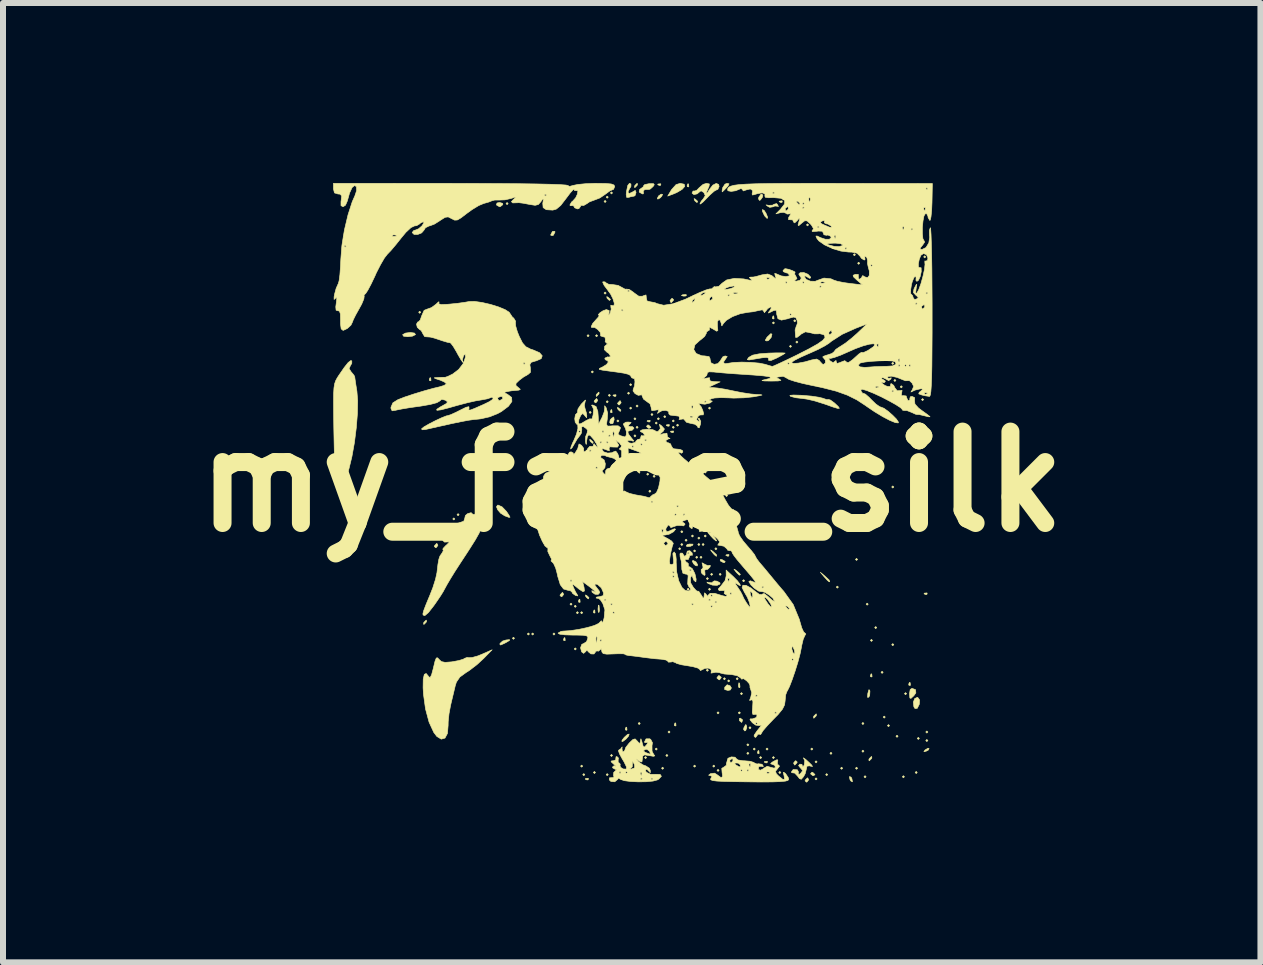
<source format=kicad_pcb>
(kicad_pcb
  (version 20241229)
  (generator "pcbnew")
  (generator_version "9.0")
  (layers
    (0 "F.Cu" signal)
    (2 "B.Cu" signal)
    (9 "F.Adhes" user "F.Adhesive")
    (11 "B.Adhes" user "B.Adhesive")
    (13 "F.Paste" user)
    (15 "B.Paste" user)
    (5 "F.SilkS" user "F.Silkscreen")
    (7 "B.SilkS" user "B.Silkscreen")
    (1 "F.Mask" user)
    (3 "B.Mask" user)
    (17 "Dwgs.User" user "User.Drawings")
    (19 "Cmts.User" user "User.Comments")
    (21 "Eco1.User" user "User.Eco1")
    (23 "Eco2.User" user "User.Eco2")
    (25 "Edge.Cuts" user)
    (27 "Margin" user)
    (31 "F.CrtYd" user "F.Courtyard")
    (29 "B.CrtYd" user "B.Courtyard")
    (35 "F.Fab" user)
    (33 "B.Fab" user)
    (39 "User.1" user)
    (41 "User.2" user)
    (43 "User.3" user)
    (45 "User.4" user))
  (footprint "my_face_silk"
    (layer "F.Cu")
    (at 7.482 4.98)
    (property "Reference" "my_face_silk" (at 0 0 0) (layer "F.SilkS") (effects (font (size 1.524 1.524) (thickness 0.3))))
    (attr through_hole)
    (fp_poly (pts (xy -3.517 -2.824) (xy -3.535 -2.806) (xy -3.552 -2.824) (xy -3.535 -2.842) (xy -3.517 -2.824)) (stroke (width 0.01) (type solid)) (fill yes) (layer "F.SilkS"))
    (fp_poly (pts (xy -2.949 0.622) (xy -2.966 0.639) (xy -2.984 0.622) (xy -2.966 0.604) (xy -2.949 0.622)) (stroke (width 0.01) (type solid)) (fill yes) (layer "F.SilkS"))
    (fp_poly (pts (xy -2.877 0.551) (xy -2.895 0.568) (xy -2.913 0.551) (xy -2.895 0.533) (xy -2.877 0.551)) (stroke (width 0.01) (type solid)) (fill yes) (layer "F.SilkS"))
    (fp_poly (pts (xy -2.06 -4.636) (xy -2.078 -4.618) (xy -2.096 -4.636) (xy -2.078 -4.654) (xy -2.06 -4.636)) (stroke (width 0.01) (type solid)) (fill yes) (layer "F.SilkS"))
    (fp_poly (pts (xy -1.954 2.611) (xy -1.972 2.629) (xy -1.989 2.611) (xy -1.972 2.593) (xy -1.954 2.611)) (stroke (width 0.01) (type solid)) (fill yes) (layer "F.SilkS"))
    (fp_poly (pts (xy -1.705 2.54) (xy -1.723 2.558) (xy -1.741 2.54) (xy -1.723 2.522) (xy -1.705 2.54)) (stroke (width 0.01) (type solid)) (fill yes) (layer "F.SilkS"))
    (fp_poly (pts (xy -1.634 2.54) (xy -1.652 2.558) (xy -1.67 2.54) (xy -1.652 2.522) (xy -1.634 2.54)) (stroke (width 0.01) (type solid)) (fill yes) (layer "F.SilkS"))
    (fp_poly (pts (xy -1.279 2.54) (xy -1.297 2.558) (xy -1.314 2.54) (xy -1.297 2.522) (xy -1.279 2.54)) (stroke (width 0.01) (type solid)) (fill yes) (layer "F.SilkS"))
    (fp_poly (pts (xy -1.137 -0.409) (xy -1.155 -0.391) (xy -1.172 -0.409) (xy -1.155 -0.426) (xy -1.137 -0.409)) (stroke (width 0.01) (type solid)) (fill yes) (layer "F.SilkS"))
    (fp_poly (pts (xy -0.995 2.043) (xy -1.012 2.06) (xy -1.03 2.043) (xy -1.012 2.025) (xy -0.995 2.043)) (stroke (width 0.01) (type solid)) (fill yes) (layer "F.SilkS"))
    (fp_poly (pts (xy -0.924 2.078) (xy -0.941 2.096) (xy -0.959 2.078) (xy -0.941 2.06) (xy -0.924 2.078)) (stroke (width 0.01) (type solid)) (fill yes) (layer "F.SilkS"))
    (fp_poly (pts (xy -0.924 2.789) (xy -0.941 2.806) (xy -0.959 2.789) (xy -0.941 2.771) (xy -0.924 2.789)) (stroke (width 0.01) (type solid)) (fill yes) (layer "F.SilkS"))
    (fp_poly (pts (xy -0.888 2.185) (xy -0.906 2.203) (xy -0.924 2.185) (xy -0.906 2.167) (xy -0.888 2.185)) (stroke (width 0.01) (type solid)) (fill yes) (layer "F.SilkS"))
    (fp_poly (pts (xy -0.817 2.185) (xy -0.835 2.203) (xy -0.853 2.185) (xy -0.835 2.167) (xy -0.817 2.185)) (stroke (width 0.01) (type solid)) (fill yes) (layer "F.SilkS"))
    (fp_poly (pts (xy -0.817 4.743) (xy -0.835 4.76) (xy -0.853 4.743) (xy -0.835 4.725) (xy -0.817 4.743)) (stroke (width 0.01) (type solid)) (fill yes) (layer "F.SilkS"))
    (fp_poly (pts (xy -0.782 4.885) (xy -0.799 4.902) (xy -0.817 4.885) (xy -0.799 4.867) (xy -0.782 4.885)) (stroke (width 0.01) (type solid)) (fill yes) (layer "F.SilkS"))
    (fp_poly (pts (xy -0.71 -2.433) (xy -0.728 -2.416) (xy -0.746 -2.433) (xy -0.728 -2.451) (xy -0.71 -2.433)) (stroke (width 0.01) (type solid)) (fill yes) (layer "F.SilkS"))
    (fp_poly (pts (xy -0.675 -1.155) (xy -0.693 -1.137) (xy -0.71 -1.155) (xy -0.693 -1.172) (xy -0.675 -1.155)) (stroke (width 0.01) (type solid)) (fill yes) (layer "F.SilkS"))
    (fp_poly (pts (xy -0.639 -1.83) (xy -0.657 -1.812) (xy -0.675 -1.83) (xy -0.657 -1.847) (xy -0.639 -1.83)) (stroke (width 0.01) (type solid)) (fill yes) (layer "F.SilkS"))
    (fp_poly (pts (xy -0.604 4.849) (xy -0.622 4.867) (xy -0.639 4.849) (xy -0.622 4.831) (xy -0.604 4.849)) (stroke (width 0.01) (type solid)) (fill yes) (layer "F.SilkS"))
    (fp_poly (pts (xy -0.568 -2.433) (xy -0.586 -2.416) (xy -0.604 -2.433) (xy -0.586 -2.451) (xy -0.568 -2.433)) (stroke (width 0.01) (type solid)) (fill yes) (layer "F.SilkS"))
    (fp_poly (pts (xy -0.426 -4.671) (xy -0.444 -4.654) (xy -0.462 -4.671) (xy -0.444 -4.689) (xy -0.426 -4.671)) (stroke (width 0.01) (type solid)) (fill yes) (layer "F.SilkS"))
    (fp_poly (pts (xy -0.426 -3.144) (xy -0.444 -3.126) (xy -0.462 -3.144) (xy -0.444 -3.162) (xy -0.426 -3.144)) (stroke (width 0.01) (type solid)) (fill yes) (layer "F.SilkS"))
    (fp_poly (pts (xy -0.391 -4.743) (xy -0.409 -4.725) (xy -0.426 -4.743) (xy -0.409 -4.76) (xy -0.391 -4.743)) (stroke (width 0.01) (type solid)) (fill yes) (layer "F.SilkS"))
    (fp_poly (pts (xy -0.391 -1.332) (xy -0.409 -1.314) (xy -0.426 -1.332) (xy -0.409 -1.35) (xy -0.391 -1.332)) (stroke (width 0.01) (type solid)) (fill yes) (layer "F.SilkS"))
    (fp_poly (pts (xy -0.391 4.885) (xy -0.409 4.902) (xy -0.426 4.885) (xy -0.409 4.867) (xy -0.391 4.885)) (stroke (width 0.01) (type solid)) (fill yes) (layer "F.SilkS"))
    (fp_poly (pts (xy -0.355 -1.439) (xy -0.373 -1.421) (xy -0.391 -1.439) (xy -0.373 -1.457) (xy -0.355 -1.439)) (stroke (width 0.01) (type solid)) (fill yes) (layer "F.SilkS"))
    (fp_poly (pts (xy -0.32 -4.814) (xy -0.337 -4.796) (xy -0.355 -4.814) (xy -0.337 -4.831) (xy -0.32 -4.814)) (stroke (width 0.01) (type solid)) (fill yes) (layer "F.SilkS"))
    (fp_poly (pts (xy -0.32 4.565) (xy -0.337 4.583) (xy -0.355 4.565) (xy -0.337 4.547) (xy -0.32 4.565)) (stroke (width 0.01) (type solid)) (fill yes) (layer "F.SilkS"))
    (fp_poly (pts (xy -0.213 -1.012) (xy -0.231 -0.995) (xy -0.249 -1.012) (xy -0.231 -1.03) (xy -0.213 -1.012)) (stroke (width 0.01) (type solid)) (fill yes) (layer "F.SilkS"))
    (fp_poly (pts (xy -0.036 -1.474) (xy -0.053 -1.457) (xy -0.071 -1.474) (xy -0.053 -1.492) (xy -0.036 -1.474)) (stroke (width 0.01) (type solid)) (fill yes) (layer "F.SilkS"))
    (fp_poly (pts (xy 0 -1.616) (xy -0.018 -1.599) (xy -0.036 -1.616) (xy -0.018 -1.634) (xy 0 -1.616)) (stroke (width 0.01) (type solid)) (fill yes) (layer "F.SilkS"))
    (fp_poly (pts (xy 0 -1.226) (xy -0.018 -1.208) (xy -0.036 -1.226) (xy -0.018 -1.243) (xy 0 -1.226)) (stroke (width 0.01) (type solid)) (fill yes) (layer "F.SilkS"))
    (fp_poly (pts (xy 0.071 -1.048) (xy 0.053 -1.03) (xy 0.036 -1.048) (xy 0.053 -1.066) (xy 0.071 -1.048)) (stroke (width 0.01) (type solid)) (fill yes) (layer "F.SilkS"))
    (fp_poly (pts (xy 0.071 -0.764) (xy 0.053 -0.746) (xy 0.036 -0.764) (xy 0.053 -0.782) (xy 0.071 -0.764)) (stroke (width 0.01) (type solid)) (fill yes) (layer "F.SilkS"))
    (fp_poly (pts (xy 0.107 -1.261) (xy 0.089 -1.243) (xy 0.071 -1.261) (xy 0.089 -1.279) (xy 0.107 -1.261)) (stroke (width 0.01) (type solid)) (fill yes) (layer "F.SilkS"))
    (fp_poly (pts (xy 0.107 -0.906) (xy 0.089 -0.888) (xy 0.071 -0.906) (xy 0.089 -0.924) (xy 0.107 -0.906)) (stroke (width 0.01) (type solid)) (fill yes) (layer "F.SilkS"))
    (fp_poly (pts (xy 0.142 4.032) (xy 0.124 4.05) (xy 0.107 4.032) (xy 0.124 4.014) (xy 0.142 4.032)) (stroke (width 0.01) (type solid)) (fill yes) (layer "F.SilkS"))
    (fp_poly (pts (xy 0.249 4.6) (xy 0.231 4.618) (xy 0.213 4.6) (xy 0.231 4.583) (xy 0.249 4.6)) (stroke (width 0.01) (type solid)) (fill yes) (layer "F.SilkS"))
    (fp_poly (pts (xy 0.284 -0.124) (xy 0.266 -0.107) (xy 0.249 -0.124) (xy 0.266 -0.142) (xy 0.284 -0.124)) (stroke (width 0.01) (type solid)) (fill yes) (layer "F.SilkS"))
    (fp_poly (pts (xy 0.32 0.16) (xy 0.302 0.178) (xy 0.284 0.16) (xy 0.302 0.142) (xy 0.32 0.16)) (stroke (width 0.01) (type solid)) (fill yes) (layer "F.SilkS"))
    (fp_poly (pts (xy 0.355 -1.119) (xy 0.337 -1.101) (xy 0.32 -1.119) (xy 0.337 -1.137) (xy 0.355 -1.119)) (stroke (width 0.01) (type solid)) (fill yes) (layer "F.SilkS"))
    (fp_poly (pts (xy 0.391 -0.089) (xy 0.373 -0.071) (xy 0.355 -0.089) (xy 0.373 -0.107) (xy 0.391 -0.089)) (stroke (width 0.01) (type solid)) (fill yes) (layer "F.SilkS"))
    (fp_poly (pts (xy 0.426 -0.977) (xy 0.409 -0.959) (xy 0.391 -0.977) (xy 0.409 -0.995) (xy 0.426 -0.977)) (stroke (width 0.01) (type solid)) (fill yes) (layer "F.SilkS"))
    (fp_poly (pts (xy 0.426 4.458) (xy 0.409 4.476) (xy 0.391 4.458) (xy 0.409 4.441) (xy 0.426 4.458)) (stroke (width 0.01) (type solid)) (fill yes) (layer "F.SilkS"))
    (fp_poly (pts (xy 0.462 -1.048) (xy 0.444 -1.03) (xy 0.426 -1.048) (xy 0.444 -1.066) (xy 0.462 -1.048)) (stroke (width 0.01) (type solid)) (fill yes) (layer "F.SilkS"))
    (fp_poly (pts (xy 0.533 4.778) (xy 0.515 4.796) (xy 0.497 4.778) (xy 0.515 4.76) (xy 0.533 4.778)) (stroke (width 0.01) (type solid)) (fill yes) (layer "F.SilkS"))
    (fp_poly (pts (xy 0.568 -1.083) (xy 0.551 -1.066) (xy 0.533 -1.083) (xy 0.551 -1.101) (xy 0.568 -1.083)) (stroke (width 0.01) (type solid)) (fill yes) (layer "F.SilkS"))
    (fp_poly (pts (xy 0.604 4.565) (xy 0.586 4.583) (xy 0.568 4.565) (xy 0.586 4.547) (xy 0.604 4.565)) (stroke (width 0.01) (type solid)) (fill yes) (layer "F.SilkS"))
    (fp_poly (pts (xy 0.639 4.174) (xy 0.622 4.192) (xy 0.604 4.174) (xy 0.622 4.156) (xy 0.639 4.174)) (stroke (width 0.01) (type solid)) (fill yes) (layer "F.SilkS"))
    (fp_poly (pts (xy 0.71 -1.012) (xy 0.693 -0.995) (xy 0.675 -1.012) (xy 0.693 -1.03) (xy 0.71 -1.012)) (stroke (width 0.01) (type solid)) (fill yes) (layer "F.SilkS"))
    (fp_poly (pts (xy 0.71 -0.906) (xy 0.693 -0.888) (xy 0.675 -0.906) (xy 0.693 -0.924) (xy 0.71 -0.906)) (stroke (width 0.01) (type solid)) (fill yes) (layer "F.SilkS"))
    (fp_poly (pts (xy 0.782 -0.941) (xy 0.764 -0.924) (xy 0.746 -0.941) (xy 0.764 -0.959) (xy 0.782 -0.941)) (stroke (width 0.01) (type solid)) (fill yes) (layer "F.SilkS"))
    (fp_poly (pts (xy 0.817 1.119) (xy 0.799 1.137) (xy 0.782 1.119) (xy 0.799 1.101) (xy 0.817 1.119)) (stroke (width 0.01) (type solid)) (fill yes) (layer "F.SilkS"))
    (fp_poly (pts (xy 0.853 0.835) (xy 0.835 0.853) (xy 0.817 0.835) (xy 0.835 0.817) (xy 0.853 0.835)) (stroke (width 0.01) (type solid)) (fill yes) (layer "F.SilkS"))
    (fp_poly (pts (xy 0.853 1.048) (xy 0.835 1.066) (xy 0.817 1.048) (xy 0.835 1.03) (xy 0.853 1.048)) (stroke (width 0.01) (type solid)) (fill yes) (layer "F.SilkS"))
    (fp_poly (pts (xy 0.924 0.977) (xy 0.906 0.995) (xy 0.888 0.977) (xy 0.906 0.959) (xy 0.924 0.977)) (stroke (width 0.01) (type solid)) (fill yes) (layer "F.SilkS"))
    (fp_poly (pts (xy 0.959 1.794) (xy 0.941 1.812) (xy 0.924 1.794) (xy 0.941 1.776) (xy 0.959 1.794)) (stroke (width 0.01) (type solid)) (fill yes) (layer "F.SilkS"))
    (fp_poly (pts (xy 1.03 0.906) (xy 1.012 0.924) (xy 0.995 0.906) (xy 1.012 0.888) (xy 1.03 0.906)) (stroke (width 0.01) (type solid)) (fill yes) (layer "F.SilkS"))
    (fp_poly (pts (xy 1.066 -0.337) (xy 1.048 -0.32) (xy 1.03 -0.337) (xy 1.048 -0.355) (xy 1.066 -0.337)) (stroke (width 0.01) (type solid)) (fill yes) (layer "F.SilkS"))
    (fp_poly (pts (xy 1.066 1.155) (xy 1.048 1.172) (xy 1.03 1.155) (xy 1.048 1.137) (xy 1.066 1.155)) (stroke (width 0.01) (type solid)) (fill yes) (layer "F.SilkS"))
    (fp_poly (pts (xy 1.066 4.743) (xy 1.048 4.76) (xy 1.03 4.743) (xy 1.048 4.725) (xy 1.066 4.743)) (stroke (width 0.01) (type solid)) (fill yes) (layer "F.SilkS"))
    (fp_poly (pts (xy 1.101 1.261) (xy 1.083 1.279) (xy 1.066 1.261) (xy 1.083 1.243) (xy 1.101 1.261)) (stroke (width 0.01) (type solid)) (fill yes) (layer "F.SilkS"))
    (fp_poly (pts (xy 1.137 0.941) (xy 1.119 0.959) (xy 1.101 0.941) (xy 1.119 0.924) (xy 1.137 0.941)) (stroke (width 0.01) (type solid)) (fill yes) (layer "F.SilkS"))
    (fp_poly (pts (xy 1.137 1.048) (xy 1.119 1.066) (xy 1.101 1.048) (xy 1.119 1.03) (xy 1.137 1.048)) (stroke (width 0.01) (type solid)) (fill yes) (layer "F.SilkS"))
    (fp_poly (pts (xy 1.172 1.261) (xy 1.155 1.279) (xy 1.137 1.261) (xy 1.155 1.243) (xy 1.172 1.261)) (stroke (width 0.01) (type solid)) (fill yes) (layer "F.SilkS"))
    (fp_poly (pts (xy 1.208 1.048) (xy 1.19 1.066) (xy 1.172 1.048) (xy 1.19 1.03) (xy 1.208 1.048)) (stroke (width 0.01) (type solid)) (fill yes) (layer "F.SilkS"))
    (fp_poly (pts (xy 1.243 -0.16) (xy 1.226 -0.142) (xy 1.208 -0.16) (xy 1.226 -0.178) (xy 1.243 -0.16)) (stroke (width 0.01) (type solid)) (fill yes) (layer "F.SilkS"))
    (fp_poly (pts (xy 1.243 0.906) (xy 1.226 0.924) (xy 1.208 0.906) (xy 1.226 0.888) (xy 1.243 0.906)) (stroke (width 0.01) (type solid)) (fill yes) (layer "F.SilkS"))
    (fp_poly (pts (xy 1.279 1.616) (xy 1.261 1.634) (xy 1.243 1.616) (xy 1.261 1.599) (xy 1.279 1.616)) (stroke (width 0.01) (type solid)) (fill yes) (layer "F.SilkS"))
    (fp_poly (pts (xy 1.279 3.144) (xy 1.261 3.162) (xy 1.243 3.144) (xy 1.261 3.126) (xy 1.279 3.144)) (stroke (width 0.01) (type solid)) (fill yes) (layer "F.SilkS"))
    (fp_poly (pts (xy 1.314 -1.226) (xy 1.297 -1.208) (xy 1.279 -1.226) (xy 1.297 -1.243) (xy 1.314 -1.226)) (stroke (width 0.01) (type solid)) (fill yes) (layer "F.SilkS"))
    (fp_poly (pts (xy 1.314 1.794) (xy 1.297 1.812) (xy 1.279 1.794) (xy 1.297 1.776) (xy 1.314 1.794)) (stroke (width 0.01) (type solid)) (fill yes) (layer "F.SilkS"))
    (fp_poly (pts (xy 1.35 1.545) (xy 1.332 1.563) (xy 1.314 1.545) (xy 1.332 1.528) (xy 1.35 1.545)) (stroke (width 0.01) (type solid)) (fill yes) (layer "F.SilkS"))
    (fp_poly (pts (xy 1.385 4.743) (xy 1.368 4.76) (xy 1.35 4.743) (xy 1.368 4.725) (xy 1.385 4.743)) (stroke (width 0.01) (type solid)) (fill yes) (layer "F.SilkS"))
    (fp_poly (pts (xy 1.421 1.119) (xy 1.403 1.137) (xy 1.385 1.119) (xy 1.403 1.101) (xy 1.421 1.119)) (stroke (width 0.01) (type solid)) (fill yes) (layer "F.SilkS"))
    (fp_poly (pts (xy 1.457 3.854) (xy 1.439 3.872) (xy 1.421 3.854) (xy 1.439 3.837) (xy 1.457 3.854)) (stroke (width 0.01) (type solid)) (fill yes) (layer "F.SilkS"))
    (fp_poly (pts (xy 1.457 4.814) (xy 1.439 4.831) (xy 1.421 4.814) (xy 1.439 4.796) (xy 1.457 4.814)) (stroke (width 0.01) (type solid)) (fill yes) (layer "F.SilkS"))
    (fp_poly (pts (xy 1.492 1.545) (xy 1.474 1.563) (xy 1.457 1.545) (xy 1.474 1.528) (xy 1.492 1.545)) (stroke (width 0.01) (type solid)) (fill yes) (layer "F.SilkS"))
    (fp_poly (pts (xy 1.563 3.286) (xy 1.545 3.304) (xy 1.528 3.286) (xy 1.545 3.268) (xy 1.563 3.286)) (stroke (width 0.01) (type solid)) (fill yes) (layer "F.SilkS"))
    (fp_poly (pts (xy 1.599 0.231) (xy 1.581 0.249) (xy 1.563 0.231) (xy 1.581 0.213) (xy 1.599 0.231)) (stroke (width 0.01) (type solid)) (fill yes) (layer "F.SilkS"))
    (fp_poly (pts (xy 1.634 3.322) (xy 1.616 3.339) (xy 1.599 3.322) (xy 1.616 3.304) (xy 1.634 3.322)) (stroke (width 0.01) (type solid)) (fill yes) (layer "F.SilkS"))
    (fp_poly (pts (xy 1.776 3.286) (xy 1.758 3.304) (xy 1.741 3.286) (xy 1.758 3.268) (xy 1.776 3.286)) (stroke (width 0.01) (type solid)) (fill yes) (layer "F.SilkS"))
    (fp_poly (pts (xy 1.812 3.854) (xy 1.794 3.872) (xy 1.776 3.854) (xy 1.794 3.837) (xy 1.812 3.854)) (stroke (width 0.01) (type solid)) (fill yes) (layer "F.SilkS"))
    (fp_poly (pts (xy 1.847 3.535) (xy 1.83 3.552) (xy 1.812 3.535) (xy 1.83 3.517) (xy 1.847 3.535)) (stroke (width 0.01) (type solid)) (fill yes) (layer "F.SilkS"))
    (fp_poly (pts (xy 1.883 1.652) (xy 1.865 1.67) (xy 1.847 1.652) (xy 1.865 1.634) (xy 1.883 1.652)) (stroke (width 0.01) (type solid)) (fill yes) (layer "F.SilkS"))
    (fp_poly (pts (xy 1.954 4.387) (xy 1.936 4.405) (xy 1.918 4.387) (xy 1.936 4.37) (xy 1.954 4.387)) (stroke (width 0.01) (type solid)) (fill yes) (layer "F.SilkS"))
    (fp_poly (pts (xy 1.954 4.529) (xy 1.936 4.547) (xy 1.918 4.529) (xy 1.936 4.512) (xy 1.954 4.529)) (stroke (width 0.01) (type solid)) (fill yes) (layer "F.SilkS"))
    (fp_poly (pts (xy 1.989 4.103) (xy 1.972 4.121) (xy 1.954 4.103) (xy 1.972 4.085) (xy 1.989 4.103)) (stroke (width 0.01) (type solid)) (fill yes) (layer "F.SilkS"))
    (fp_poly (pts (xy 2.06 4.458) (xy 2.043 4.476) (xy 2.025 4.458) (xy 2.043 4.441) (xy 2.06 4.458)) (stroke (width 0.01) (type solid)) (fill yes) (layer "F.SilkS"))
    (fp_poly (pts (xy 2.167 4.6) (xy 2.149 4.618) (xy 2.131 4.6) (xy 2.149 4.583) (xy 2.167 4.6)) (stroke (width 0.01) (type solid)) (fill yes) (layer "F.SilkS"))
    (fp_poly (pts (xy 2.274 4.458) (xy 2.256 4.476) (xy 2.238 4.458) (xy 2.256 4.441) (xy 2.274 4.458)) (stroke (width 0.01) (type solid)) (fill yes) (layer "F.SilkS"))
    (fp_poly (pts (xy 2.38 -2.647) (xy 2.362 -2.629) (xy 2.345 -2.647) (xy 2.362 -2.664) (xy 2.38 -2.647)) (stroke (width 0.01) (type solid)) (fill yes) (layer "F.SilkS"))
    (fp_poly (pts (xy 2.38 4.6) (xy 2.362 4.618) (xy 2.345 4.6) (xy 2.362 4.583) (xy 2.38 4.6)) (stroke (width 0.01) (type solid)) (fill yes) (layer "F.SilkS"))
    (fp_poly (pts (xy 2.487 4.849) (xy 2.469 4.867) (xy 2.451 4.849) (xy 2.469 4.831) (xy 2.487 4.849)) (stroke (width 0.01) (type solid)) (fill yes) (layer "F.SilkS"))
    (fp_poly (pts (xy 2.664 -2.256) (xy 2.647 -2.238) (xy 2.629 -2.256) (xy 2.647 -2.274) (xy 2.664 -2.256)) (stroke (width 0.01) (type solid)) (fill yes) (layer "F.SilkS"))
    (fp_poly (pts (xy 2.735 -2.682) (xy 2.718 -2.664) (xy 2.7 -2.682) (xy 2.718 -2.7) (xy 2.735 -2.682)) (stroke (width 0.01) (type solid)) (fill yes) (layer "F.SilkS"))
    (fp_poly (pts (xy 2.771 -2.327) (xy 2.753 -2.309) (xy 2.735 -2.327) (xy 2.753 -2.345) (xy 2.771 -2.327)) (stroke (width 0.01) (type solid)) (fill yes) (layer "F.SilkS"))
    (fp_poly (pts (xy 2.949 -4.281) (xy 2.931 -4.263) (xy 2.913 -4.281) (xy 2.931 -4.298) (xy 2.949 -4.281)) (stroke (width 0.01) (type solid)) (fill yes) (layer "F.SilkS"))
    (fp_poly (pts (xy 3.02 4.458) (xy 3.002 4.476) (xy 2.984 4.458) (xy 3.002 4.441) (xy 3.02 4.458)) (stroke (width 0.01) (type solid)) (fill yes) (layer "F.SilkS"))
    (fp_poly (pts (xy 3.091 4.671) (xy 3.073 4.689) (xy 3.055 4.671) (xy 3.073 4.654) (xy 3.091 4.671)) (stroke (width 0.01) (type solid)) (fill yes) (layer "F.SilkS"))
    (fp_poly (pts (xy 3.091 4.956) (xy 3.073 4.973) (xy 3.055 4.956) (xy 3.073 4.938) (xy 3.091 4.956)) (stroke (width 0.01) (type solid)) (fill yes) (layer "F.SilkS"))
    (fp_poly (pts (xy 3.268 4.885) (xy 3.25 4.902) (xy 3.233 4.885) (xy 3.25 4.867) (xy 3.268 4.885)) (stroke (width 0.01) (type solid)) (fill yes) (layer "F.SilkS"))
    (fp_poly (pts (xy 3.339 4.529) (xy 3.322 4.547) (xy 3.304 4.529) (xy 3.322 4.512) (xy 3.339 4.529)) (stroke (width 0.01) (type solid)) (fill yes) (layer "F.SilkS"))
    (fp_poly (pts (xy 3.446 1.758) (xy 3.428 1.776) (xy 3.41 1.758) (xy 3.428 1.741) (xy 3.446 1.758)) (stroke (width 0.01) (type solid)) (fill yes) (layer "F.SilkS"))
    (fp_poly (pts (xy 3.517 4.778) (xy 3.499 4.796) (xy 3.481 4.778) (xy 3.499 4.76) (xy 3.517 4.778)) (stroke (width 0.01) (type solid)) (fill yes) (layer "F.SilkS"))
    (fp_poly (pts (xy 3.73 -3.783) (xy 3.712 -3.766) (xy 3.695 -3.783) (xy 3.712 -3.801) (xy 3.73 -3.783)) (stroke (width 0.01) (type solid)) (fill yes) (layer "F.SilkS"))
    (fp_poly (pts (xy 3.766 1.297) (xy 3.748 1.314) (xy 3.73 1.297) (xy 3.748 1.279) (xy 3.766 1.297)) (stroke (width 0.01) (type solid)) (fill yes) (layer "F.SilkS"))
    (fp_poly (pts (xy 3.766 4.778) (xy 3.748 4.796) (xy 3.73 4.778) (xy 3.748 4.76) (xy 3.766 4.778)) (stroke (width 0.01) (type solid)) (fill yes) (layer "F.SilkS"))
    (fp_poly (pts (xy 3.801 -3.641) (xy 3.783 -3.623) (xy 3.766 -3.641) (xy 3.783 -3.659) (xy 3.801 -3.641)) (stroke (width 0.01) (type solid)) (fill yes) (layer "F.SilkS"))
    (fp_poly (pts (xy 3.872 4.032) (xy 3.854 4.05) (xy 3.837 4.032) (xy 3.854 4.014) (xy 3.872 4.032)) (stroke (width 0.01) (type solid)) (fill yes) (layer "F.SilkS"))
    (fp_poly (pts (xy 3.872 4.494) (xy 3.854 4.512) (xy 3.837 4.494) (xy 3.854 4.476) (xy 3.872 4.494)) (stroke (width 0.01) (type solid)) (fill yes) (layer "F.SilkS"))
    (fp_poly (pts (xy 3.908 4.92) (xy 3.89 4.938) (xy 3.872 4.92) (xy 3.89 4.902) (xy 3.908 4.92)) (stroke (width 0.01) (type solid)) (fill yes) (layer "F.SilkS"))
    (fp_poly (pts (xy 3.943 2.043) (xy 3.925 2.06) (xy 3.908 2.043) (xy 3.925 2.025) (xy 3.943 2.043)) (stroke (width 0.01) (type solid)) (fill yes) (layer "F.SilkS"))
    (fp_poly (pts (xy 4.014 2.647) (xy 3.997 2.664) (xy 3.979 2.647) (xy 3.997 2.629) (xy 4.014 2.647)) (stroke (width 0.01) (type solid)) (fill yes) (layer "F.SilkS"))
    (fp_poly (pts (xy 4.085 2.433) (xy 4.068 2.451) (xy 4.05 2.433) (xy 4.068 2.416) (xy 4.085 2.433)) (stroke (width 0.01) (type solid)) (fill yes) (layer "F.SilkS"))
    (fp_poly (pts (xy 4.192 3.179) (xy 4.174 3.197) (xy 4.156 3.179) (xy 4.174 3.162) (xy 4.192 3.179)) (stroke (width 0.01) (type solid)) (fill yes) (layer "F.SilkS"))
    (fp_poly (pts (xy 4.227 3.925) (xy 4.21 3.943) (xy 4.192 3.925) (xy 4.21 3.908) (xy 4.227 3.925)) (stroke (width 0.01) (type solid)) (fill yes) (layer "F.SilkS"))
    (fp_poly (pts (xy 4.298 4.068) (xy 4.281 4.085) (xy 4.263 4.068) (xy 4.281 4.05) (xy 4.298 4.068)) (stroke (width 0.01) (type solid)) (fill yes) (layer "F.SilkS"))
    (fp_poly (pts (xy 4.37 -1.972) (xy 4.352 -1.954) (xy 4.334 -1.972) (xy 4.352 -1.989) (xy 4.37 -1.972)) (stroke (width 0.01) (type solid)) (fill yes) (layer "F.SilkS"))
    (fp_poly (pts (xy 4.37 0.089) (xy 4.352 0.107) (xy 4.334 0.089) (xy 4.352 0.071) (xy 4.37 0.089)) (stroke (width 0.01) (type solid)) (fill yes) (layer "F.SilkS"))
    (fp_poly (pts (xy 4.37 2.718) (xy 4.352 2.735) (xy 4.334 2.718) (xy 4.352 2.7) (xy 4.37 2.718)) (stroke (width 0.01) (type solid)) (fill yes) (layer "F.SilkS"))
    (fp_poly (pts (xy 4.405 -1.687) (xy 4.387 -1.67) (xy 4.37 -1.687) (xy 4.387 -1.705) (xy 4.405 -1.687)) (stroke (width 0.01) (type solid)) (fill yes) (layer "F.SilkS"))
    (fp_poly (pts (xy 4.441 4.245) (xy 4.423 4.263) (xy 4.405 4.245) (xy 4.423 4.227) (xy 4.441 4.245)) (stroke (width 0.01) (type solid)) (fill yes) (layer "F.SilkS"))
    (fp_poly (pts (xy 4.512 -1.581) (xy 4.494 -1.563) (xy 4.476 -1.581) (xy 4.494 -1.599) (xy 4.512 -1.581)) (stroke (width 0.01) (type solid)) (fill yes) (layer "F.SilkS"))
    (fp_poly (pts (xy 4.547 4.92) (xy 4.529 4.938) (xy 4.512 4.92) (xy 4.529 4.902) (xy 4.547 4.92)) (stroke (width 0.01) (type solid)) (fill yes) (layer "F.SilkS"))
    (fp_poly (pts (xy 4.583 3.535) (xy 4.565 3.552) (xy 4.547 3.535) (xy 4.565 3.517) (xy 4.583 3.535)) (stroke (width 0.01) (type solid)) (fill yes) (layer "F.SilkS"))
    (fp_poly (pts (xy 4.76 4.849) (xy 4.743 4.867) (xy 4.725 4.849) (xy 4.743 4.831) (xy 4.76 4.849)) (stroke (width 0.01) (type solid)) (fill yes) (layer "F.SilkS"))
    (fp_poly (pts (xy 4.796 4.281) (xy 4.778 4.298) (xy 4.76 4.281) (xy 4.778 4.263) (xy 4.796 4.281)) (stroke (width 0.01) (type solid)) (fill yes) (layer "F.SilkS"))
    (fp_poly (pts (xy 4.867 -1.368) (xy 4.849 -1.35) (xy 4.831 -1.368) (xy 4.849 -1.385) (xy 4.867 -1.368)) (stroke (width 0.01) (type solid)) (fill yes) (layer "F.SilkS"))
    (fp_poly (pts (xy 4.902 -3.748) (xy 4.885 -3.73) (xy 4.867 -3.748) (xy 4.885 -3.766) (xy 4.902 -3.748)) (stroke (width 0.01) (type solid)) (fill yes) (layer "F.SilkS"))
    (fp_poly (pts (xy 4.938 4.174) (xy 4.92 4.192) (xy 4.902 4.174) (xy 4.92 4.156) (xy 4.938 4.174)) (stroke (width 0.01) (type solid)) (fill yes) (layer "F.SilkS"))
    (fp_poly (pts (xy 4.938 4.316) (xy 4.92 4.334) (xy 4.902 4.316) (xy 4.92 4.298) (xy 4.938 4.316)) (stroke (width 0.01) (type solid)) (fill yes) (layer "F.SilkS"))
    (fp_poly (pts (xy -3.351 -1.729) (xy -3.347 -1.687) (xy -3.351 -1.681) (xy -3.372 -1.686) (xy -3.375 -1.705) (xy -3.362 -1.734) (xy -3.351 -1.729)) (stroke (width 0.01) (type solid)) (fill yes) (layer "F.SilkS"))
    (fp_poly (pts (xy -1.113 2.605) (xy -1.109 2.647) (xy -1.113 2.652) (xy -1.134 2.648) (xy -1.137 2.629) (xy -1.124 2.6) (xy -1.113 2.605)) (stroke (width 0.01) (type solid)) (fill yes) (layer "F.SilkS"))
    (fp_poly (pts (xy -0.864 1.966) (xy -0.86 2.008) (xy -0.864 2.013) (xy -0.886 2.008) (xy -0.888 1.989) (xy -0.875 1.96) (xy -0.864 1.966)) (stroke (width 0.01) (type solid)) (fill yes) (layer "F.SilkS"))
    (fp_poly (pts (xy -0.722 4.95) (xy -0.727 4.971) (xy -0.746 4.973) (xy -0.775 4.96) (xy -0.77 4.95) (xy -0.728 4.945) (xy -0.722 4.95)) (stroke (width 0.01) (type solid)) (fill yes) (layer "F.SilkS"))
    (fp_poly (pts (xy -0.616 2.143) (xy -0.612 2.185) (xy -0.616 2.191) (xy -0.637 2.186) (xy -0.639 2.167) (xy -0.626 2.138) (xy -0.616 2.143)) (stroke (width 0.01) (type solid)) (fill yes) (layer "F.SilkS"))
    (fp_poly (pts (xy -0.332 -1.196) (xy -0.327 -1.154) (xy -0.332 -1.149) (xy -0.353 -1.154) (xy -0.355 -1.172) (xy -0.342 -1.202) (xy -0.332 -1.196)) (stroke (width 0.01) (type solid)) (fill yes) (layer "F.SilkS"))
    (fp_poly (pts (xy -0.261 -1.445) (xy -0.265 -1.424) (xy -0.284 -1.421) (xy -0.313 -1.434) (xy -0.308 -1.445) (xy -0.266 -1.449) (xy -0.261 -1.445)) (stroke (width 0.01) (type solid)) (fill yes) (layer "F.SilkS"))
    (fp_poly (pts (xy -0.083 4.097) (xy -0.079 4.139) (xy -0.083 4.145) (xy -0.104 4.14) (xy -0.107 4.121) (xy -0.094 4.092) (xy -0.083 4.097)) (stroke (width 0.01) (type solid)) (fill yes) (layer "F.SilkS"))
    (fp_poly (pts (xy 0.308 -1.018) (xy 0.303 -0.997) (xy 0.284 -0.995) (xy 0.255 -1.008) (xy 0.261 -1.018) (xy 0.303 -1.023) (xy 0.308 -1.018)) (stroke (width 0.01) (type solid)) (fill yes) (layer "F.SilkS"))
    (fp_poly (pts (xy 0.486 -4.962) (xy 0.481 -4.94) (xy 0.462 -4.938) (xy 0.433 -4.951) (xy 0.438 -4.962) (xy 0.48 -4.966) (xy 0.486 -4.962)) (stroke (width 0.01) (type solid)) (fill yes) (layer "F.SilkS"))
    (fp_poly (pts (xy 0.628 -0.947) (xy 0.623 -0.926) (xy 0.604 -0.924) (xy 0.575 -0.937) (xy 0.58 -0.947) (xy 0.622 -0.952) (xy 0.628 -0.947)) (stroke (width 0.01) (type solid)) (fill yes) (layer "F.SilkS"))
    (fp_poly (pts (xy 0.699 -0.841) (xy 0.694 -0.82) (xy 0.675 -0.817) (xy 0.646 -0.83) (xy 0.651 -0.841) (xy 0.693 -0.845) (xy 0.699 -0.841)) (stroke (width 0.01) (type solid)) (fill yes) (layer "F.SilkS"))
    (fp_poly (pts (xy 0.734 4.026) (xy 0.738 4.068) (xy 0.734 4.073) (xy 0.713 4.069) (xy 0.71 4.05) (xy 0.723 4.021) (xy 0.734 4.026)) (stroke (width 0.01) (type solid)) (fill yes) (layer "F.SilkS"))
    (fp_poly (pts (xy 0.914 -3.112) (xy 0.903 -3.096) (xy 0.867 -3.093) (xy 0.829 -3.102) (xy 0.846 -3.115) (xy 0.901 -3.119) (xy 0.914 -3.112)) (stroke (width 0.01) (type solid)) (fill yes) (layer "F.SilkS"))
    (fp_poly (pts (xy 0.947 -4.962) (xy 0.952 -4.919) (xy 0.947 -4.914) (xy 0.926 -4.919) (xy 0.924 -4.938) (xy 0.937 -4.967) (xy 0.947 -4.962)) (stroke (width 0.01) (type solid)) (fill yes) (layer "F.SilkS"))
    (fp_poly (pts (xy 1.622 1.22) (xy 1.617 1.241) (xy 1.599 1.243) (xy 1.569 1.23) (xy 1.575 1.22) (xy 1.617 1.215) (xy 1.622 1.22)) (stroke (width 0.01) (type solid)) (fill yes) (layer "F.SilkS"))
    (fp_poly (pts (xy 1.8 3.368) (xy 1.805 3.424) (xy 1.798 3.436) (xy 1.782 3.426) (xy 1.779 3.39) (xy 1.788 3.352) (xy 1.8 3.368)) (stroke (width 0.01) (type solid)) (fill yes) (layer "F.SilkS"))
    (fp_poly (pts (xy 2.12 4.488) (xy 2.124 4.53) (xy 2.12 4.535) (xy 2.099 4.53) (xy 2.096 4.512) (xy 2.109 4.482) (xy 2.12 4.488)) (stroke (width 0.01) (type solid)) (fill yes) (layer "F.SilkS"))
    (fp_poly (pts (xy 2.262 4.666) (xy 2.257 4.687) (xy 2.238 4.689) (xy 2.209 4.676) (xy 2.214 4.666) (xy 2.257 4.661) (xy 2.262 4.666)) (stroke (width 0.01) (type solid)) (fill yes) (layer "F.SilkS"))
    (fp_poly (pts (xy 2.368 -2.759) (xy 2.373 -2.717) (xy 2.368 -2.712) (xy 2.347 -2.717) (xy 2.345 -2.735) (xy 2.358 -2.765) (xy 2.368 -2.759)) (stroke (width 0.01) (type solid)) (fill yes) (layer "F.SilkS"))
    (fp_poly (pts (xy 2.51 -4.677) (xy 2.506 -4.656) (xy 2.487 -4.654) (xy 2.457 -4.667) (xy 2.463 -4.677) (xy 2.505 -4.682) (xy 2.51 -4.677)) (stroke (width 0.01) (type solid)) (fill yes) (layer "F.SilkS"))
    (fp_poly (pts (xy 4.002 3.209) (xy 4.007 3.251) (xy 4.002 3.256) (xy 3.981 3.252) (xy 3.979 3.233) (xy 3.992 3.203) (xy 4.002 3.209)) (stroke (width 0.01) (type solid)) (fill yes) (layer "F.SilkS"))
    (fp_poly (pts (xy 4.642 3.351) (xy 4.646 3.393) (xy 4.642 3.399) (xy 4.621 3.394) (xy 4.618 3.375) (xy 4.631 3.346) (xy 4.642 3.351)) (stroke (width 0.01) (type solid)) (fill yes) (layer "F.SilkS"))
    (fp_poly (pts (xy 4.926 1.859) (xy 4.921 1.88) (xy 4.902 1.883) (xy 4.873 1.87) (xy 4.879 1.859) (xy 4.921 1.855) (xy 4.926 1.859)) (stroke (width 0.01) (type solid)) (fill yes) (layer "F.SilkS"))
    (fp_poly (pts (xy -0.752 1.897) (xy -0.713 1.933) (xy -0.721 1.954) (xy -0.726 1.954) (xy -0.756 1.929) (xy -0.767 1.913) (xy -0.771 1.889) (xy -0.752 1.897)) (stroke (width 0.01) (type solid)) (fill yes) (layer "F.SilkS"))
    (fp_poly (pts (xy -0.68 -0.696) (xy -0.642 -0.66) (xy -0.65 -0.64) (xy -0.655 -0.639) (xy -0.685 -0.665) (xy -0.696 -0.68) (xy -0.7 -0.705) (xy -0.68 -0.696)) (stroke (width 0.01) (type solid)) (fill yes) (layer "F.SilkS"))
    (fp_poly (pts (xy -0.396 -3.076) (xy -0.358 -3.043) (xy -0.355 -3.035) (xy -0.372 -3.021) (xy -0.407 -3.053) (xy -0.412 -3.061) (xy -0.416 -3.085) (xy -0.396 -3.076)) (stroke (width 0.01) (type solid)) (fill yes) (layer "F.SilkS"))
    (fp_poly (pts (xy -0.219 -1.229) (xy -0.18 -1.193) (xy -0.188 -1.173) (xy -0.193 -1.172) (xy -0.223 -1.198) (xy -0.234 -1.213) (xy -0.238 -1.238) (xy -0.219 -1.229)) (stroke (width 0.01) (type solid)) (fill yes) (layer "F.SilkS"))
    (fp_poly (pts (xy 0.101 -0.199) (xy 0.139 -0.163) (xy 0.131 -0.142) (xy 0.126 -0.142) (xy 0.096 -0.167) (xy 0.085 -0.183) (xy 0.081 -0.207) (xy 0.101 -0.199)) (stroke (width 0.01) (type solid)) (fill yes) (layer "F.SilkS"))
    (fp_poly (pts (xy 0.514 -4.79) (xy 0.502 -4.76) (xy 0.476 -4.732) (xy 0.436 -4.71) (xy 0.426 -4.721) (xy 0.448 -4.764) (xy 0.49 -4.793) (xy 0.514 -4.79)) (stroke (width 0.01) (type solid)) (fill yes) (layer "F.SilkS"))
    (fp_poly (pts (xy 1.022 1.042) (xy 1.016 1.061) (xy 0.978 1.078) (xy 0.923 1.082) (xy 0.909 1.072) (xy 0.925 1.048) (xy 0.962 1.04) (xy 1.022 1.042)) (stroke (width 0.01) (type solid)) (fill yes) (layer "F.SilkS"))
    (fp_poly (pts (xy 1.06 -4.71) (xy 1.098 -4.675) (xy 1.091 -4.654) (xy 1.086 -4.654) (xy 1.056 -4.679) (xy 1.045 -4.695) (xy 1.04 -4.719) (xy 1.06 -4.71)) (stroke (width 0.01) (type solid)) (fill yes) (layer "F.SilkS"))
    (fp_poly (pts (xy 1.07 1.337) (xy 1.098 1.381) (xy 1.092 1.406) (xy 1.06 1.397) (xy 1.031 1.369) (xy 1.008 1.324) (xy 1.024 1.314) (xy 1.07 1.337)) (stroke (width 0.01) (type solid)) (fill yes) (layer "F.SilkS"))
    (fp_poly (pts (xy 1.508 1.301) (xy 1.558 1.33) (xy 1.55 1.348) (xy 1.53 1.35) (xy 1.481 1.324) (xy 1.475 1.315) (xy 1.48 1.295) (xy 1.508 1.301)) (stroke (width 0.01) (type solid)) (fill yes) (layer "F.SilkS"))
    (fp_poly (pts (xy 1.64 3.403) (xy 1.662 3.439) (xy 1.644 3.473) (xy 1.603 3.481) (xy 1.55 3.466) (xy 1.551 3.427) (xy 1.591 3.386) (xy 1.64 3.403)) (stroke (width 0.01) (type solid)) (fill yes) (layer "F.SilkS"))
    (fp_poly (pts (xy 3.224 1.577) (xy 3.291 1.64) (xy 3.301 1.668) (xy 3.292 1.67) (xy 3.263 1.646) (xy 3.212 1.59) (xy 3.144 1.51) (xy 3.224 1.577)) (stroke (width 0.01) (type solid)) (fill yes) (layer "F.SilkS"))
    (fp_poly (pts (xy 3.658 4.928) (xy 3.671 4.954) (xy 3.68 5.004) (xy 3.657 4.994) (xy 3.64 4.971) (xy 3.629 4.925) (xy 3.633 4.916) (xy 3.658 4.928)) (stroke (width 0.01) (type solid)) (fill yes) (layer "F.SilkS"))
    (fp_poly (pts (xy 4.957 4.447) (xy 4.946 4.474) (xy 4.913 4.492) (xy 4.871 4.502) (xy 4.888 4.476) (xy 4.893 4.472) (xy 4.939 4.444) (xy 4.957 4.447)) (stroke (width 0.01) (type solid)) (fill yes) (layer "F.SilkS"))
    (fp_poly (pts (xy -3.421 2.332) (xy -3.428 2.345) (xy -3.462 2.379) (xy -3.468 2.38) (xy -3.47 2.357) (xy -3.464 2.345) (xy -3.43 2.311) (xy -3.424 2.309) (xy -3.421 2.332)) (stroke (width 0.01) (type solid)) (fill yes) (layer "F.SilkS"))
    (fp_poly (pts (xy -3.233 1.058) (xy -3.233 1.066) (xy -3.26 1.1) (xy -3.27 1.101) (xy -3.292 1.079) (xy -3.286 1.066) (xy -3.254 1.032) (xy -3.248 1.03) (xy -3.233 1.058)) (stroke (width 0.01) (type solid)) (fill yes) (layer "F.SilkS"))
    (fp_poly (pts (xy -2.152 -4.64) (xy -2.149 -4.618) (xy -2.193 -4.584) (xy -2.203 -4.583) (xy -2.249 -4.608) (xy -2.256 -4.618) (xy -2.245 -4.646) (xy -2.203 -4.654) (xy -2.152 -4.64)) (stroke (width 0.01) (type solid)) (fill yes) (layer "F.SilkS"))
    (fp_poly (pts (xy -1.282 -4.173) (xy -1.279 -4.161) (xy -1.305 -4.11) (xy -1.314 -4.103) (xy -1.347 -4.105) (xy -1.35 -4.117) (xy -1.324 -4.167) (xy -1.314 -4.174) (xy -1.282 -4.173)) (stroke (width 0.01) (type solid)) (fill yes) (layer "F.SilkS"))
    (fp_poly (pts (xy -1.137 1.875) (xy -1.137 1.883) (xy -1.164 1.917) (xy -1.174 1.918) (xy -1.196 1.897) (xy -1.19 1.883) (xy -1.158 1.849) (xy -1.152 1.847) (xy -1.137 1.875)) (stroke (width 0.01) (type solid)) (fill yes) (layer "F.SilkS"))
    (fp_poly (pts (xy -0.569 -1.358) (xy -0.568 -1.35) (xy -0.596 -1.316) (xy -0.606 -1.314) (xy -0.627 -1.336) (xy -0.622 -1.35) (xy -0.59 -1.384) (xy -0.584 -1.385) (xy -0.569 -1.358)) (stroke (width 0.01) (type solid)) (fill yes) (layer "F.SilkS"))
    (fp_poly (pts (xy -0.546 2.064) (xy -0.544 2.07) (xy -0.539 2.147) (xy -0.545 2.177) (xy -0.557 2.178) (xy -0.562 2.122) (xy -0.561 2.114) (xy -0.556 2.059) (xy -0.546 2.064)) (stroke (width 0.01) (type solid)) (fill yes) (layer "F.SilkS"))
    (fp_poly (pts (xy -0.544 -1.469) (xy -0.551 -1.457) (xy -0.584 -1.423) (xy -0.59 -1.421) (xy -0.593 -1.444) (xy -0.586 -1.457) (xy -0.553 -1.49) (xy -0.546 -1.492) (xy -0.544 -1.469)) (stroke (width 0.01) (type solid)) (fill yes) (layer "F.SilkS"))
    (fp_poly (pts (xy -0.293 -1.039) (xy -0.294 -1.029) (xy -0.314 -0.969) (xy -0.349 -0.965) (xy -0.367 -0.986) (xy -0.359 -1.029) (xy -0.336 -1.056) (xy -0.3 -1.078) (xy -0.293 -1.039)) (stroke (width 0.01) (type solid)) (fill yes) (layer "F.SilkS"))
    (fp_poly (pts (xy -0.178 -1.322) (xy -0.178 -1.314) (xy -0.205 -1.28) (xy -0.215 -1.279) (xy -0.236 -1.301) (xy -0.231 -1.314) (xy -0.199 -1.348) (xy -0.193 -1.35) (xy -0.178 -1.322)) (stroke (width 0.01) (type solid)) (fill yes) (layer "F.SilkS"))
    (fp_poly (pts (xy -0.052 4.241) (xy -0.093 4.289) (xy -0.142 4.327) (xy -0.163 4.334) (xy -0.162 4.312) (xy -0.124 4.263) (xy -0.072 4.216) (xy -0.043 4.208) (xy -0.052 4.241)) (stroke (width 0.01) (type solid)) (fill yes) (layer "F.SilkS"))
    (fp_poly (pts (xy 0.095 -4.95) (xy 0.089 -4.938) (xy 0.055 -4.904) (xy 0.049 -4.902) (xy 0.047 -4.925) (xy 0.053 -4.938) (xy 0.087 -4.972) (xy 0.093 -4.973) (xy 0.095 -4.95)) (stroke (width 0.01) (type solid)) (fill yes) (layer "F.SilkS"))
    (fp_poly (pts (xy 0.284 -0.941) (xy 0.318 -0.909) (xy 0.32 -0.904) (xy 0.292 -0.889) (xy 0.284 -0.888) (xy 0.25 -0.915) (xy 0.249 -0.926) (xy 0.27 -0.947) (xy 0.284 -0.941)) (stroke (width 0.01) (type solid)) (fill yes) (layer "F.SilkS"))
    (fp_poly (pts (xy 0.698 -3.033) (xy 0.693 -3.02) (xy 0.661 -2.986) (xy 0.655 -2.984) (xy 0.64 -3.012) (xy 0.639 -3.02) (xy 0.667 -3.054) (xy 0.677 -3.055) (xy 0.698 -3.033)) (stroke (width 0.01) (type solid)) (fill yes) (layer "F.SilkS"))
    (fp_poly (pts (xy 1.333 1.148) (xy 1.359 1.168) (xy 1.414 1.22) (xy 1.414 1.243) (xy 1.408 1.243) (xy 1.378 1.219) (xy 1.345 1.181) (xy 1.315 1.139) (xy 1.333 1.148)) (stroke (width 0.01) (type solid)) (fill yes) (layer "F.SilkS"))
    (fp_poly (pts (xy 1.491 3.26) (xy 1.492 3.268) (xy 1.465 3.303) (xy 1.457 3.304) (xy 1.422 3.277) (xy 1.421 3.268) (xy 1.448 3.234) (xy 1.457 3.233) (xy 1.491 3.26)) (stroke (width 0.01) (type solid)) (fill yes) (layer "F.SilkS"))
    (fp_poly (pts (xy 1.724 1.468) (xy 1.75 1.487) (xy 1.799 1.531) (xy 1.812 1.55) (xy 1.794 1.56) (xy 1.747 1.515) (xy 1.736 1.501) (xy 1.705 1.459) (xy 1.724 1.468)) (stroke (width 0.01) (type solid)) (fill yes) (layer "F.SilkS"))
    (fp_poly (pts (xy 1.846 3.969) (xy 1.847 3.979) (xy 1.835 4.013) (xy 1.832 4.014) (xy 1.801 3.989) (xy 1.794 3.979) (xy 1.797 3.946) (xy 1.81 3.943) (xy 1.846 3.969)) (stroke (width 0.01) (type solid)) (fill yes) (layer "F.SilkS"))
    (fp_poly (pts (xy 1.917 4.079) (xy 1.918 4.103) (xy 1.9 4.15) (xy 1.884 4.156) (xy 1.864 4.13) (xy 1.87 4.103) (xy 1.895 4.056) (xy 1.904 4.05) (xy 1.917 4.079)) (stroke (width 0.01) (type solid)) (fill yes) (layer "F.SilkS"))
    (fp_poly (pts (xy 2.186 -4.77) (xy 2.18 -4.743) (xy 2.146 -4.696) (xy 2.129 -4.689) (xy 2.113 -4.715) (xy 2.119 -4.743) (xy 2.153 -4.79) (xy 2.17 -4.796) (xy 2.186 -4.77)) (stroke (width 0.01) (type solid)) (fill yes) (layer "F.SilkS"))
    (fp_poly (pts (xy 2.207 -4.523) (xy 2.238 -4.476) (xy 2.267 -4.406) (xy 2.258 -4.387) (xy 2.22 -4.426) (xy 2.208 -4.446) (xy 2.179 -4.508) (xy 2.179 -4.536) (xy 2.207 -4.523)) (stroke (width 0.01) (type solid)) (fill yes) (layer "F.SilkS"))
    (fp_poly (pts (xy 2.338 -2.46) (xy 2.324 -2.403) (xy 2.28 -2.353) (xy 2.252 -2.345) (xy 2.226 -2.356) (xy 2.25 -2.399) (xy 2.263 -2.415) (xy 2.318 -2.467) (xy 2.338 -2.46)) (stroke (width 0.01) (type solid)) (fill yes) (layer "F.SilkS"))
    (fp_poly (pts (xy 2.759 4.675) (xy 2.753 4.689) (xy 2.721 4.723) (xy 2.716 4.725) (xy 2.7 4.697) (xy 2.7 4.689) (xy 2.727 4.655) (xy 2.737 4.654) (xy 2.759 4.675)) (stroke (width 0.01) (type solid)) (fill yes) (layer "F.SilkS"))
    (fp_poly (pts (xy 2.948 4.965) (xy 2.949 4.973) (xy 2.921 5.008) (xy 2.911 5.009) (xy 2.89 4.987) (xy 2.895 4.973) (xy 2.927 4.94) (xy 2.933 4.938) (xy 2.948 4.965)) (stroke (width 0.01) (type solid)) (fill yes) (layer "F.SilkS"))
    (fp_poly (pts (xy 3.02 4.849) (xy 3.053 4.881) (xy 3.055 4.887) (xy 3.028 4.902) (xy 3.02 4.902) (xy 2.985 4.875) (xy 2.984 4.865) (xy 3.006 4.844) (xy 3.02 4.849)) (stroke (width 0.01) (type solid)) (fill yes) (layer "F.SilkS"))
    (fp_poly (pts (xy 3.079 3.895) (xy 3.073 3.908) (xy 3.039 3.942) (xy 3.033 3.943) (xy 3.031 3.92) (xy 3.037 3.908) (xy 3.071 3.874) (xy 3.077 3.872) (xy 3.079 3.895)) (stroke (width 0.01) (type solid)) (fill yes) (layer "F.SilkS"))
    (fp_poly (pts (xy 3.967 3.476) (xy 3.971 3.494) (xy 3.967 3.566) (xy 3.951 3.594) (xy 3.931 3.595) (xy 3.936 3.531) (xy 3.937 3.528) (xy 3.954 3.469) (xy 3.967 3.476)) (stroke (width 0.01) (type solid)) (fill yes) (layer "F.SilkS"))
    (fp_poly (pts (xy 4.003 4.606) (xy 3.997 4.618) (xy 3.963 4.652) (xy 3.957 4.654) (xy 3.954 4.631) (xy 3.961 4.618) (xy 3.994 4.584) (xy 4.001 4.583) (xy 4.003 4.606)) (stroke (width 0.01) (type solid)) (fill yes) (layer "F.SilkS"))
    (fp_poly (pts (xy -2.037 2.647) (xy -2.099 2.684) (xy -2.127 2.698) (xy -2.186 2.724) (xy -2.199 2.71) (xy -2.196 2.698) (xy -2.153 2.658) (xy -2.096 2.64) (xy -2.037 2.634) (xy -2.037 2.647)) (stroke (width 0.01) (type solid)) (fill yes) (layer "F.SilkS"))
    (fp_poly (pts (xy 0.875 -4.959) (xy 0.884 -4.923) (xy 0.841 -4.874) (xy 0.751 -4.82) (xy 0.699 -4.798) (xy 0.6 -4.761) (xy 0.663 -4.867) (xy 0.739 -4.952) (xy 0.807 -4.973) (xy 0.875 -4.959)) (stroke (width 0.01) (type solid)) (fill yes) (layer "F.SilkS"))
    (fp_poly (pts (xy 1.623 -4.965) (xy 1.606 -4.931) (xy 1.581 -4.902) (xy 1.531 -4.85) (xy 1.508 -4.831) (xy 1.508 -4.86) (xy 1.517 -4.902) (xy 1.555 -4.96) (xy 1.59 -4.973) (xy 1.623 -4.965)) (stroke (width 0.01) (type solid)) (fill yes) (layer "F.SilkS"))
    (fp_poly (pts (xy 4.732 3.468) (xy 4.737 3.522) (xy 4.705 3.567) (xy 4.655 3.614) (xy 4.637 3.606) (xy 4.631 3.535) (xy 4.631 3.535) (xy 4.643 3.465) (xy 4.673 3.446) (xy 4.732 3.468)) (stroke (width 0.01) (type solid)) (fill yes) (layer "F.SilkS"))
    (fp_poly (pts (xy -3.621 -2.477) (xy -3.605 -2.452) (xy -3.606 -2.451) (xy -3.654 -2.426) (xy -3.734 -2.416) (xy -3.804 -2.425) (xy -3.819 -2.45) (xy -3.819 -2.451) (xy -3.771 -2.477) (xy -3.69 -2.487) (xy -3.621 -2.477)) (stroke (width 0.01) (type solid)) (fill yes) (layer "F.SilkS"))
    (fp_poly (pts (xy 4.769 3.598) (xy 4.799 3.639) (xy 4.795 3.71) (xy 4.761 3.778) (xy 4.758 3.78) (xy 4.723 3.783) (xy 4.704 3.754) (xy 4.695 3.677) (xy 4.718 3.616) (xy 4.762 3.596) (xy 4.769 3.598)) (stroke (width 0.01) (type solid)) (fill yes) (layer "F.SilkS"))
    (fp_poly (pts (xy 1.083 0.71) (xy 1.077 0.73) (xy 1.044 0.722) (xy 1.002 0.716) (xy 1.009 0.74) (xy 1.011 0.777) (xy 0.997 0.782) (xy 0.963 0.753) (xy 0.959 0.728) (xy 0.985 0.684) (xy 1.039 0.678) (xy 1.083 0.71)) (stroke (width 0.01) (type solid)) (fill yes) (layer "F.SilkS"))
    (fp_poly (pts (xy -2.162 0.42) (xy -2.089 0.496) (xy -2.046 0.56) (xy -2.029 0.593) (xy -2.046 0.596) (xy -2.112 0.572) (xy -2.12 0.568) (xy -2.185 0.527) (xy -2.234 0.47) (xy -2.255 0.419) (xy -2.237 0.392) (xy -2.227 0.391) (xy -2.162 0.42)) (stroke (width 0.01) (type solid)) (fill yes) (layer "F.SilkS"))
    (fp_poly (pts (xy 0.051 -0.428) (xy 0.086 -0.373) (xy 0.096 -0.306) (xy 0.079 -0.257) (xy 0.06 -0.249) (xy 0.042 -0.275) (xy 0.048 -0.301) (xy 0.048 -0.358) (xy 0.034 -0.374) (xy 0.001 -0.423) (xy 0 -0.433) (xy 0.019 -0.449) (xy 0.051 -0.428)) (stroke (width 0.01) (type solid)) (fill yes) (layer "F.SilkS"))
    (fp_poly (pts (xy 1.421 1.659) (xy 1.47 1.686) (xy 1.473 1.707) (xy 1.424 1.729) (xy 1.346 1.725) (xy 1.272 1.697) (xy 1.269 1.694) (xy 1.253 1.675) (xy 1.288 1.683) (xy 1.339 1.686) (xy 1.35 1.672) (xy 1.378 1.654) (xy 1.421 1.659)) (stroke (width 0.01) (type solid)) (fill yes) (layer "F.SilkS"))
    (fp_poly (pts (xy 2.435 -4.612) (xy 2.445 -4.585) (xy 2.434 -4.591) (xy 2.385 -4.596) (xy 2.364 -4.584) (xy 2.302 -4.573) (xy 2.272 -4.588) (xy 2.24 -4.614) (xy 2.27 -4.609) (xy 2.278 -4.607) (xy 2.347 -4.609) (xy 2.372 -4.624) (xy 2.415 -4.636) (xy 2.435 -4.612)) (stroke (width 0.01) (type solid)) (fill yes) (layer "F.SilkS"))
    (fp_poly (pts (xy -0.013 -4.962) (xy -0.013 -4.921) (xy -0.036 -4.885) (xy -0.064 -4.826) (xy -0.041 -4.803) (xy 0.017 -4.831) (xy 0.059 -4.856) (xy 0.071 -4.825) (xy 0.071 -4.818) (xy 0.055 -4.768) (xy 0.038 -4.76) (xy -0.021 -4.749) (xy -0.048 -4.74) (xy -0.084 -4.739) (xy -0.092 -4.786) (xy -0.088 -4.833) (xy -0.066 -4.938) (xy -0.037 -4.975) (xy -0.013 -4.962)) (stroke (width 0.01) (type solid)) (fill yes) (layer "F.SilkS"))
    (fp_poly (pts (xy 0.376 -4.95) (xy 0.357 -4.922) (xy 0.31 -4.879) (xy 0.29 -4.872) (xy 0.217 -4.87) (xy 0.191 -4.844) (xy 0.195 -4.831) (xy 0.194 -4.799) (xy 0.182 -4.796) (xy 0.132 -4.822) (xy 0.124 -4.832) (xy 0.132 -4.872) (xy 0.157 -4.889) (xy 0.197 -4.919) (xy 0.198 -4.934) (xy 0.217 -4.953) (xy 0.286 -4.967) (xy 0.292 -4.967) (xy 0.363 -4.968) (xy 0.376 -4.95)) (stroke (width 0.01) (type solid)) (fill yes) (layer "F.SilkS"))
    (fp_poly (pts (xy 1.202 1.367) (xy 1.213 1.376) (xy 1.27 1.401) (xy 1.296 1.394) (xy 1.311 1.397) (xy 1.306 1.421) (xy 1.267 1.462) (xy 1.243 1.464) (xy 1.215 1.478) (xy 1.22 1.508) (xy 1.223 1.555) (xy 1.211 1.563) (xy 1.173 1.535) (xy 1.159 1.51) (xy 1.158 1.464) (xy 1.172 1.457) (xy 1.19 1.43) (xy 1.182 1.394) (xy 1.172 1.353) (xy 1.202 1.367)) (stroke (width 0.01) (type solid)) (fill yes) (layer "F.SilkS"))
    (fp_poly (pts (xy 2.556 -2.144) (xy 2.558 -2.143) (xy 2.529 -2.122) (xy 2.457 -2.082) (xy 2.415 -2.06) (xy 2.322 -2.02) (xy 2.283 -2.021) (xy 2.282 -2.033) (xy 2.28 -2.061) (xy 2.248 -2.071) (xy 2.175 -2.065) (xy 2.045 -2.043) (xy 2.043 -2.043) (xy 1.956 -2.029) (xy 1.927 -2.034) (xy 1.944 -2.063) (xy 1.955 -2.074) (xy 2.016 -2.109) (xy 2.125 -2.131) (xy 2.284 -2.143) (xy 2.413 -2.147) (xy 2.51 -2.147) (xy 2.556 -2.144)) (stroke (width 0.01) (type solid)) (fill yes) (layer "F.SilkS"))
    (fp_poly (pts (xy 2.827 -1.44) (xy 2.853 -1.438) (xy 2.995 -1.426) (xy 3.114 -1.408) (xy 3.189 -1.39) (xy 3.195 -1.387) (xy 3.255 -1.367) (xy 3.277 -1.371) (xy 3.312 -1.361) (xy 3.376 -1.315) (xy 3.394 -1.299) (xy 3.446 -1.249) (xy 3.462 -1.223) (xy 3.435 -1.221) (xy 3.357 -1.244) (xy 3.222 -1.292) (xy 3.197 -1.3) (xy 3.058 -1.344) (xy 2.927 -1.375) (xy 2.842 -1.387) (xy 2.735 -1.399) (xy 2.648 -1.422) (xy 2.647 -1.423) (xy 2.637 -1.439) (xy 2.697 -1.444) (xy 2.827 -1.44)) (stroke (width 0.01) (type solid)) (fill yes) (layer "F.SilkS"))
    (fp_poly (pts (xy 1.295 -4.963) (xy 1.288 -4.92) (xy 1.28 -4.905) (xy 1.251 -4.837) (xy 1.245 -4.807) (xy 1.26 -4.813) (xy 1.295 -4.868) (xy 1.299 -4.876) (xy 1.353 -4.944) (xy 1.409 -4.972) (xy 1.449 -4.955) (xy 1.457 -4.92) (xy 1.436 -4.873) (xy 1.419 -4.867) (xy 1.375 -4.843) (xy 1.305 -4.781) (xy 1.259 -4.734) (xy 1.191 -4.664) (xy 1.146 -4.629) (xy 1.137 -4.63) (xy 1.159 -4.676) (xy 1.191 -4.713) (xy 1.226 -4.768) (xy 1.203 -4.819) (xy 1.159 -4.848) (xy 1.14 -4.839) (xy 1.091 -4.798) (xy 1.037 -4.786) (xy 1.007 -4.809) (xy 1.007 -4.815) (xy 1.024 -4.847) (xy 1.039 -4.844) (xy 1.081 -4.854) (xy 1.124 -4.899) (xy 1.19 -4.956) (xy 1.247 -4.973) (xy 1.295 -4.963)) (stroke (width 0.01) (type solid)) (fill yes) (layer "F.SilkS"))
    (fp_poly (pts (xy 2.902 4.632) (xy 2.923 4.651) (xy 2.995 4.719) (xy 3.015 4.748) (xy 2.985 4.744) (xy 2.966 4.738) (xy 2.922 4.743) (xy 2.913 4.785) (xy 2.892 4.869) (xy 2.865 4.918) (xy 2.827 4.962) (xy 2.796 4.95) (xy 2.764 4.908) (xy 2.718 4.859) (xy 2.688 4.855) (xy 2.666 4.852) (xy 2.664 4.837) (xy 2.692 4.799) (xy 2.762 4.804) (xy 2.78 4.839) (xy 2.777 4.861) (xy 2.777 4.891) (xy 2.809 4.869) (xy 2.817 4.862) (xy 2.85 4.818) (xy 2.822 4.781) (xy 2.814 4.775) (xy 2.782 4.734) (xy 2.801 4.71) (xy 2.838 4.713) (xy 2.843 4.732) (xy 2.852 4.756) (xy 2.876 4.726) (xy 2.885 4.652) (xy 2.868 4.619) (xy 2.863 4.604) (xy 2.902 4.632)) (stroke (width 0.01) (type solid)) (fill yes) (layer "F.SilkS"))
    (fp_poly (pts (xy -4.667 -2.014) (xy -4.667 -1.972) (xy -4.688 -1.938) (xy -4.712 -1.885) (xy -4.679 -1.832) (xy -4.675 -1.828) (xy -4.63 -1.773) (xy -4.618 -1.747) (xy -4.612 -1.702) (xy -4.598 -1.608) (xy -4.582 -1.51) (xy -4.569 -1.348) (xy -4.573 -1.137) (xy -4.592 -0.899) (xy -4.623 -0.652) (xy -4.665 -0.417) (xy -4.714 -0.215) (xy -4.735 -0.151) (xy -4.771 -0.064) (xy -4.808 -0.042) (xy -4.861 -0.081) (xy -4.888 -0.11) (xy -4.911 -0.142) (xy -4.929 -0.184) (xy -4.942 -0.248) (xy -4.951 -0.344) (xy -4.958 -0.481) (xy -4.962 -0.669) (xy -4.967 -0.907) (xy -4.97 -1.151) (xy -4.971 -1.334) (xy -4.97 -1.468) (xy -4.964 -1.564) (xy -4.953 -1.632) (xy -4.936 -1.682) (xy -4.912 -1.727) (xy -4.888 -1.765) (xy -4.793 -1.903) (xy -4.728 -1.985) (xy -4.686 -2.018) (xy -4.667 -2.014)) (stroke (width 0.01) (type solid)) (fill yes) (layer "F.SilkS"))
    (fp_poly (pts (xy -2.469 2.948) (xy -2.581 3.051) (xy -2.705 3.146) (xy -2.761 3.182) (xy -2.866 3.258) (xy -2.923 3.342) (xy -2.942 3.402) (xy -2.969 3.516) (xy -3.003 3.657) (xy -3.02 3.73) (xy -3.046 3.869) (xy -3.06 4.005) (xy -3.061 4.064) (xy -3.072 4.197) (xy -3.113 4.275) (xy -3.175 4.293) (xy -3.249 4.248) (xy -3.3 4.181) (xy -3.379 4.009) (xy -3.438 3.789) (xy -3.472 3.542) (xy -3.478 3.437) (xy -3.476 3.293) (xy -3.458 3.213) (xy -3.427 3.198) (xy -3.383 3.252) (xy -3.383 3.253) (xy -3.361 3.266) (xy -3.337 3.221) (xy -3.308 3.113) (xy -3.306 3.104) (xy -3.279 2.992) (xy -3.258 2.94) (xy -3.236 2.937) (xy -3.213 2.963) (xy -3.173 3) (xy -3.111 3.013) (xy -3.006 3.005) (xy -2.986 3.002) (xy -2.88 2.982) (xy -2.806 2.959) (xy -2.788 2.947) (xy -2.743 2.93) (xy -2.719 2.935) (xy -2.66 2.932) (xy -2.564 2.905) (xy -2.498 2.878) (xy -2.327 2.803) (xy -2.469 2.948)) (stroke (width 0.01) (type solid)) (fill yes) (layer "F.SilkS"))
    (fp_poly (pts (xy -2.501 0.476) (xy -2.489 0.537) (xy -2.487 0.627) (xy -2.491 0.702) (xy -2.508 0.775) (xy -2.545 0.86) (xy -2.607 0.97) (xy -2.701 1.119) (xy -2.745 1.187) (xy -2.865 1.37) (xy -2.954 1.508) (xy -3.021 1.617) (xy -3.076 1.71) (xy -3.127 1.803) (xy -3.141 1.83) (xy -3.183 1.898) (xy -3.25 1.997) (xy -3.301 2.07) (xy -3.39 2.183) (xy -3.45 2.234) (xy -3.479 2.223) (xy -3.481 2.2) (xy -3.468 2.15) (xy -3.432 2.055) (xy -3.382 1.934) (xy -3.373 1.914) (xy -3.316 1.769) (xy -3.271 1.627) (xy -3.247 1.518) (xy -3.247 1.517) (xy -3.231 1.38) (xy -3.216 1.295) (xy -3.198 1.242) (xy -3.171 1.202) (xy -3.164 1.193) (xy -3.139 1.148) (xy -3.148 1.136) (xy -3.146 1.115) (xy -3.101 1.067) (xy -3.091 1.059) (xy -3.044 1.013) (xy -3.053 1.002) (xy -3.063 1.005) (xy -3.121 1.008) (xy -3.15 0.981) (xy -3.13 0.944) (xy -3.127 0.942) (xy -3.099 0.892) (xy -3.091 0.833) (xy -3.076 0.763) (xy -3.025 0.75) (xy -2.948 0.782) (xy -2.883 0.798) (xy -2.856 0.776) (xy -2.852 0.751) (xy -2.865 0.756) (xy -2.921 0.758) (xy -2.95 0.745) (xy -2.969 0.72) (xy -2.928 0.699) (xy -2.884 0.689) (xy -2.8 0.659) (xy -2.785 0.617) (xy -2.773 0.565) (xy -2.737 0.534) (xy -2.677 0.517) (xy -2.657 0.538) (xy -2.627 0.551) (xy -2.585 0.52) (xy -2.531 0.473) (xy -2.501 0.476)) (stroke (width 0.01) (type solid)) (fill yes) (layer "F.SilkS"))
    (fp_poly (pts (xy 1.723 4.594) (xy 1.741 4.616) (xy 1.772 4.64) (xy 1.851 4.653) (xy 1.881 4.654) (xy 1.975 4.662) (xy 2.035 4.681) (xy 2.042 4.688) (xy 2.088 4.708) (xy 2.111 4.703) (xy 2.17 4.711) (xy 2.187 4.728) (xy 2.193 4.755) (xy 2.175 4.747) (xy 2.126 4.746) (xy 2.116 4.757) (xy 2.111 4.799) (xy 2.146 4.811) (xy 2.195 4.786) (xy 2.202 4.778) (xy 2.259 4.745) (xy 2.311 4.761) (xy 2.375 4.777) (xy 2.396 4.763) (xy 2.385 4.73) (xy 2.354 4.717) (xy 2.316 4.703) (xy 2.337 4.68) (xy 2.37 4.66) (xy 2.426 4.634) (xy 2.436 4.65) (xy 2.429 4.671) (xy 2.431 4.717) (xy 2.45 4.725) (xy 2.464 4.744) (xy 2.434 4.782) (xy 2.397 4.829) (xy 2.411 4.87) (xy 2.448 4.907) (xy 2.518 4.963) (xy 2.548 4.962) (xy 2.54 4.904) (xy 2.538 4.897) (xy 2.526 4.846) (xy 2.548 4.853) (xy 2.566 4.869) (xy 2.609 4.932) (xy 2.617 4.964) (xy 2.604 4.981) (xy 2.56 4.993) (xy 2.476 5.001) (xy 2.344 5.006) (xy 2.156 5.007) (xy 1.948 5.005) (xy 1.712 5.002) (xy 1.538 4.998) (xy 1.42 4.992) (xy 1.349 4.983) (xy 1.317 4.97) (xy 1.316 4.954) (xy 1.319 4.95) (xy 1.339 4.911) (xy 1.31 4.902) (xy 1.282 4.894) (xy 1.314 4.868) (xy 1.382 4.86) (xy 1.423 4.886) (xy 1.488 4.933) (xy 1.515 4.919) (xy 1.507 4.849) (xy 1.506 4.843) (xy 2.25 4.843) (xy 2.255 4.864) (xy 2.274 4.867) (xy 2.303 4.854) (xy 2.297 4.843) (xy 2.255 4.839) (xy 2.25 4.843) (xy 1.506 4.843) (xy 1.504 4.814) (xy 1.812 4.814) (xy 1.83 4.831) (xy 1.847 4.814) (xy 1.918 4.814) (xy 1.936 4.831) (xy 1.954 4.814) (xy 1.936 4.796) (xy 1.918 4.814) (xy 1.847 4.814) (xy 1.83 4.796) (xy 1.812 4.814) (xy 1.504 4.814) (xy 1.501 4.78) (xy 1.535 4.76) (xy 1.576 4.73) (xy 1.581 4.696) (xy 1.708 4.696) (xy 1.734 4.72) (xy 1.741 4.725) (xy 1.794 4.756) (xy 1.811 4.747) (xy 1.812 4.725) (xy 1.954 4.725) (xy 1.967 4.754) (xy 1.978 4.748) (xy 1.982 4.706) (xy 1.978 4.701) (xy 1.956 4.706) (xy 1.954 4.725) (xy 1.812 4.725) (xy 1.782 4.695) (xy 1.75 4.69) (xy 1.708 4.696) (xy 1.581 4.696) (xy 1.584 4.68) (xy 1.592 4.654) (xy 1.634 4.654) (xy 1.646 4.688) (xy 1.65 4.689) (xy 1.68 4.664) (xy 1.687 4.654) (xy 1.685 4.621) (xy 1.672 4.618) (xy 1.636 4.644) (xy 1.634 4.654) (xy 1.592 4.654) (xy 1.604 4.612) (xy 1.661 4.589) (xy 1.723 4.594)) (stroke (width 0.01) (type solid)) (fill yes) (layer "F.SilkS"))
    (fp_poly (pts (xy 0.316 4.296) (xy 0.346 4.353) (xy 0.338 4.402) (xy 0.339 4.494) (xy 0.36 4.536) (xy 0.384 4.572) (xy 0.36 4.579) (xy 0.292 4.567) (xy 0.214 4.555) (xy 0.183 4.574) (xy 0.178 4.62) (xy 0.17 4.674) (xy 0.137 4.666) (xy 0.115 4.651) (xy 0.074 4.621) (xy 0.083 4.637) (xy 0.11 4.667) (xy 0.184 4.721) (xy 0.235 4.739) (xy 0.295 4.778) (xy 0.31 4.817) (xy 0.309 4.853) (xy 0.298 4.84) (xy 0.257 4.799) (xy 0.241 4.796) (xy 0.227 4.816) (xy 0.246 4.846) (xy 0.316 4.88) (xy 0.392 4.879) (xy 0.474 4.881) (xy 0.495 4.912) (xy 0.451 4.959) (xy 0.427 4.973) (xy 0.355 4.992) (xy 0.242 5.003) (xy 0.11 5.005) (xy -0.019 4.999) (xy -0.125 4.985) (xy -0.185 4.964) (xy -0.189 4.96) (xy -0.197 4.956) (xy 0.142 4.956) (xy 0.16 4.973) (xy 0.178 4.956) (xy 0.32 4.956) (xy 0.337 4.973) (xy 0.355 4.956) (xy 0.337 4.938) (xy 0.32 4.956) (xy 0.178 4.956) (xy 0.16 4.938) (xy 0.142 4.956) (xy -0.197 4.956) (xy -0.221 4.941) (xy -0.237 4.965) (xy -0.283 5.004) (xy -0.346 4.999) (xy -0.373 4.973) (xy -0.372 4.938) (xy -0.313 4.934) (xy -0.308 4.935) (xy -0.296 4.917) (xy -0.304 4.899) (xy -0.301 4.849) (xy -0.213 4.849) (xy -0.195 4.867) (xy -0.178 4.849) (xy -0.107 4.849) (xy -0.089 4.867) (xy 0.142 4.867) (xy 0.155 4.896) (xy 0.166 4.891) (xy 0.17 4.848) (xy 0.166 4.843) (xy 0.145 4.848) (xy 0.142 4.867) (xy -0.089 4.867) (xy -0.071 4.849) (xy -0.089 4.831) (xy -0.107 4.849) (xy -0.178 4.849) (xy -0.195 4.831) (xy -0.213 4.849) (xy -0.301 4.849) (xy -0.301 4.849) (xy -0.28 4.828) (xy -0.252 4.802) (xy -0.275 4.796) (xy -0.317 4.772) (xy -0.32 4.758) (xy -0.296 4.737) (xy -0.275 4.743) (xy -0.265 4.742) (xy -0.3 4.71) (xy -0.345 4.669) (xy -0.335 4.655) (xy -0.307 4.654) (xy -0.265 4.638) (xy -0.266 4.618) (xy -0.261 4.586) (xy -0.247 4.583) (xy -0.221 4.608) (xy -0.226 4.636) (xy -0.226 4.682) (xy -0.21 4.689) (xy -0.19 4.711) (xy -0.196 4.725) (xy -0.187 4.762) (xy -0.142 4.79) (xy -0.094 4.792) (xy -0.089 4.789) (xy -0.035 4.789) (xy -0.011 4.793) (xy 0.042 4.776) (xy 0.049 4.767) (xy 0.046 4.718) (xy 0.03 4.688) (xy 0.004 4.657) (xy 0.01 4.69) (xy 0.012 4.696) (xy 0.009 4.755) (xy -0.011 4.773) (xy -0.035 4.789) (xy -0.089 4.789) (xy -0.085 4.786) (xy -0.091 4.748) (xy -0.128 4.672) (xy -0.158 4.622) (xy -0.204 4.538) (xy -0.222 4.486) (xy -0.216 4.476) (xy -0.176 4.448) (xy -0.168 4.432) (xy -0.159 4.422) (xy -0.162 4.451) (xy -0.155 4.499) (xy -0.137 4.504) (xy -0.122 4.488) (xy 0.194 4.488) (xy 0.224 4.513) (xy 0.31 4.545) (xy 0.306 4.52) (xy 0.298 4.496) (xy 0.254 4.462) (xy 0.222 4.467) (xy 0.194 4.488) (xy -0.122 4.488) (xy -0.111 4.476) (xy -0.113 4.469) (xy -0.099 4.431) (xy -0.049 4.367) (xy -0.039 4.355) (xy 0.021 4.298) (xy 0.057 4.289) (xy 0.092 4.324) (xy 0.093 4.326) (xy 0.129 4.367) (xy 0.142 4.346) (xy 0.145 4.316) (xy 0.153 4.287) (xy 0.168 4.329) (xy 0.173 4.348) (xy 0.192 4.417) (xy 0.214 4.424) (xy 0.249 4.386) (xy 0.274 4.346) (xy 0.258 4.347) (xy 0.219 4.352) (xy 0.213 4.338) (xy 0.239 4.288) (xy 0.298 4.287) (xy 0.316 4.296)) (stroke (width 0.01) (type solid)) (fill yes) (layer "F.SilkS"))
    (fp_poly (pts (xy -2.495 -2.987) (xy -2.355 -2.955) (xy -2.22 -2.913) (xy -2.109 -2.867) (xy -2.043 -2.824) (xy -2.033 -2.809) (xy -1.989 -2.743) (xy -1.967 -2.726) (xy -1.936 -2.675) (xy -1.939 -2.652) (xy -1.935 -2.596) (xy -1.907 -2.5) (xy -1.876 -2.423) (xy -1.821 -2.313) (xy -1.766 -2.25) (xy -1.69 -2.211) (xy -1.644 -2.196) (xy -1.537 -2.15) (xy -1.492 -2.098) (xy -1.51 -2.05) (xy -1.592 -2.014) (xy -1.602 -2.012) (xy -1.678 -1.989) (xy -1.699 -1.949) (xy -1.69 -1.9) (xy -1.687 -1.824) (xy -1.729 -1.787) (xy -1.801 -1.746) (xy -1.874 -1.691) (xy -1.929 -1.638) (xy -1.931 -1.604) (xy -1.896 -1.573) (xy -1.857 -1.539) (xy -1.88 -1.526) (xy -1.92 -1.522) (xy -2.002 -1.515) (xy -2.043 -1.508) (xy -2.111 -1.494) (xy -2.114 -1.494) (xy -2.114 -1.479) (xy -2.069 -1.455) (xy -2.002 -1.404) (xy -1.998 -1.336) (xy -2.056 -1.256) (xy -2.172 -1.169) (xy -2.236 -1.134) (xy -2.369 -1.081) (xy -2.514 -1.048) (xy -2.554 -1.043) (xy -2.631 -1.036) (xy -2.724 -1.023) (xy -2.845 -1) (xy -3.005 -0.967) (xy -3.215 -0.92) (xy -3.44 -0.869) (xy -3.495 -0.865) (xy -3.503 -0.882) (xy -3.461 -0.915) (xy -3.377 -0.963) (xy -3.272 -1.017) (xy -3.169 -1.065) (xy -3.091 -1.096) (xy -3.066 -1.101) (xy -3.016 -1.117) (xy -2.928 -1.157) (xy -2.861 -1.191) (xy -2.762 -1.24) (xy -2.715 -1.25) (xy -2.712 -1.227) (xy -2.718 -1.194) (xy -2.689 -1.194) (xy -2.619 -1.221) (xy -2.467 -1.288) (xy -2.371 -1.335) (xy -2.322 -1.369) (xy -2.313 -1.385) (xy -2.238 -1.385) (xy -2.213 -1.351) (xy -2.205 -1.35) (xy -2.157 -1.376) (xy -2.149 -1.385) (xy -2.157 -1.416) (xy -2.183 -1.421) (xy -2.231 -1.402) (xy -2.238 -1.385) (xy -2.313 -1.385) (xy -2.309 -1.393) (xy -2.331 -1.409) (xy -2.347 -1.402) (xy -2.407 -1.381) (xy -2.498 -1.364) (xy -2.498 -1.364) (xy -2.606 -1.346) (xy -2.738 -1.316) (xy -2.909 -1.271) (xy -3.053 -1.23) (xy -3.181 -1.197) (xy -3.248 -1.189) (xy -3.251 -1.206) (xy -3.19 -1.246) (xy -3.159 -1.263) (xy -3.087 -1.304) (xy -3.072 -1.331) (xy -3.106 -1.358) (xy -3.107 -1.358) (xy -3.169 -1.373) (xy -3.2 -1.345) (xy -3.25 -1.316) (xy -3.359 -1.287) (xy -3.514 -1.26) (xy -3.542 -1.256) (xy -3.693 -1.235) (xy -3.825 -1.213) (xy -3.916 -1.195) (xy -3.934 -1.19) (xy -3.995 -1.181) (xy -4.014 -1.221) (xy -4.014 -1.24) (xy -3.982 -1.314) (xy -3.899 -1.366) (xy -3.786 -1.41) (xy -3.63 -1.462) (xy -3.459 -1.514) (xy -3.3 -1.558) (xy -3.206 -1.58) (xy -3.128 -1.604) (xy -3.091 -1.629) (xy -3.091 -1.632) (xy -3.121 -1.66) (xy -3.194 -1.693) (xy -3.206 -1.696) (xy -3.281 -1.721) (xy -3.291 -1.732) (xy -3.239 -1.736) (xy -3.224 -1.737) (xy -3.146 -1.74) (xy -3.108 -1.74) (xy -3.067 -1.754) (xy -2.993 -1.79) (xy -2.989 -1.791) (xy -2.885 -1.87) (xy -2.807 -1.972) (xy -1.812 -1.972) (xy -1.794 -1.954) (xy -1.776 -1.972) (xy -1.794 -1.989) (xy -1.812 -1.972) (xy -2.807 -1.972) (xy -2.806 -1.973) (xy -2.772 -2.076) (xy -2.771 -2.086) (xy -2.778 -2.127) (xy -2.802 -2.102) (xy -2.805 -2.098) (xy -2.822 -2.034) (xy -2.816 -2.009) (xy -2.81 -1.987) (xy -2.818 -1.992) (xy -2.847 -2.033) (xy -2.895 -2.115) (xy -2.922 -2.165) (xy -2.974 -2.253) (xy -3.015 -2.307) (xy -3.028 -2.315) (xy -3.075 -2.324) (xy -3.162 -2.35) (xy -3.199 -2.363) (xy -3.293 -2.394) (xy -3.357 -2.41) (xy -3.368 -2.411) (xy -3.451 -2.417) (xy -3.481 -2.464) (xy -3.481 -2.465) (xy -3.51 -2.52) (xy -3.535 -2.535) (xy -3.575 -2.573) (xy -3.588 -2.626) (xy -3.568 -2.662) (xy -3.555 -2.664) (xy -3.526 -2.695) (xy -3.5 -2.769) (xy -3.499 -2.771) (xy -3.461 -2.856) (xy -3.409 -2.877) (xy -3.338 -2.902) (xy -3.264 -2.957) (xy -3.22 -2.998) (xy -3.211 -2.995) (xy -3.214 -2.99) (xy -3.216 -2.964) (xy -3.177 -2.953) (xy -3.083 -2.956) (xy -3.033 -2.96) (xy -2.896 -2.974) (xy -2.77 -2.992) (xy -2.711 -3.003) (xy -2.62 -3.005) (xy -2.495 -2.987)) (stroke (width 0.01) (type solid)) (fill yes) (layer "F.SilkS"))
    (fp_poly (pts (xy -3.02 -4.973) (xy -2.586 -4.972) (xy -2.2 -4.97) (xy -1.865 -4.967) (xy -1.583 -4.963) (xy -1.359 -4.958) (xy -1.196 -4.952) (xy -1.097 -4.945) (xy -1.066 -4.938) (xy -1.037 -4.922) (xy -0.975 -4.939) (xy -0.897 -4.955) (xy -0.772 -4.967) (xy -0.623 -4.973) (xy -0.584 -4.973) (xy -0.434 -4.971) (xy -0.342 -4.963) (xy -0.296 -4.946) (xy -0.284 -4.92) (xy -0.303 -4.873) (xy -0.319 -4.867) (xy -0.368 -4.845) (xy -0.439 -4.793) (xy -0.444 -4.789) (xy -0.531 -4.73) (xy -0.611 -4.699) (xy -0.703 -4.665) (xy -0.747 -4.635) (xy -0.802 -4.603) (xy -0.829 -4.606) (xy -0.851 -4.603) (xy -0.853 -4.589) (xy -0.881 -4.552) (xy -0.906 -4.547) (xy -0.953 -4.567) (xy -0.959 -4.585) (xy -0.981 -4.606) (xy -0.995 -4.6) (xy -1.027 -4.602) (xy -1.03 -4.614) (xy -1.003 -4.662) (xy -0.982 -4.679) (xy -0.934 -4.733) (xy -0.907 -4.791) (xy -0.897 -4.85) (xy -0.92 -4.851) (xy -0.955 -4.854) (xy -0.959 -4.871) (xy -0.977 -4.867) (xy -1.024 -4.815) (xy -1.091 -4.726) (xy -1.094 -4.722) (xy -1.184 -4.605) (xy -1.257 -4.544) (xy -1.316 -4.527) (xy -1.425 -4.534) (xy -1.477 -4.569) (xy -1.483 -4.639) (xy -1.481 -4.65) (xy -1.471 -4.713) (xy -1.484 -4.712) (xy -1.515 -4.667) (xy -1.557 -4.62) (xy -1.611 -4.607) (xy -1.705 -4.622) (xy -1.71 -4.623) (xy -1.81 -4.642) (xy -1.883 -4.651) (xy -1.895 -4.65) (xy -1.984 -4.647) (xy -2.006 -4.668) (xy -1.97 -4.707) (xy -1.928 -4.742) (xy -1.941 -4.745) (xy -2.006 -4.723) (xy -2.113 -4.698) (xy -2.201 -4.695) (xy -2.283 -4.695) (xy -2.327 -4.684) (xy -2.385 -4.661) (xy -2.467 -4.638) (xy -2.551 -4.603) (xy -2.661 -4.536) (xy -2.748 -4.473) (xy -2.846 -4.398) (xy -2.908 -4.362) (xy -2.954 -4.36) (xy -3.001 -4.384) (xy -3.003 -4.385) (xy -3.06 -4.414) (xy -3.111 -4.407) (xy -3.185 -4.361) (xy -3.2 -4.35) (xy -3.289 -4.294) (xy -3.365 -4.265) (xy -3.379 -4.263) (xy -3.439 -4.233) (xy -3.464 -4.192) (xy -3.503 -4.147) (xy -3.567 -4.121) (xy -3.628 -4.121) (xy -3.659 -4.151) (xy -3.659 -4.156) (xy -3.631 -4.189) (xy -3.611 -4.192) (xy -3.553 -4.216) (xy -3.499 -4.263) (xy -3.465 -4.314) (xy -3.474 -4.334) (xy -3.527 -4.308) (xy -3.535 -4.298) (xy -3.585 -4.268) (xy -3.624 -4.263) (xy -3.681 -4.235) (xy -3.764 -4.158) (xy -3.843 -4.063) (xy -3.933 -3.95) (xy -4.016 -3.852) (xy -4.074 -3.792) (xy -4.123 -3.729) (xy -4.187 -3.619) (xy -4.257 -3.483) (xy -4.283 -3.424) (xy -4.345 -3.294) (xy -4.399 -3.192) (xy -4.437 -3.134) (xy -4.448 -3.126) (xy -4.465 -3.104) (xy -4.46 -3.093) (xy -4.466 -3.047) (xy -4.501 -2.962) (xy -4.547 -2.878) (xy -4.604 -2.776) (xy -4.643 -2.697) (xy -4.654 -2.665) (xy -4.681 -2.609) (xy -4.742 -2.553) (xy -4.806 -2.523) (xy -4.813 -2.522) (xy -4.844 -2.547) (xy -4.855 -2.628) (xy -4.855 -2.691) (xy -4.857 -2.797) (xy -4.874 -2.844) (xy -4.898 -2.849) (xy -4.929 -2.858) (xy -4.934 -2.914) (xy -4.926 -2.974) (xy -4.917 -3.054) (xy -4.926 -3.072) (xy -4.941 -3.055) (xy -4.962 -3.037) (xy -4.962 -3.08) (xy -4.954 -3.126) (xy -4.928 -3.222) (xy -4.898 -3.29) (xy -4.895 -3.294) (xy -4.879 -3.346) (xy -4.865 -3.452) (xy -4.855 -3.594) (xy -4.85 -3.704) (xy -4.833 -3.925) (xy -4.796 -3.925) (xy -4.778 -3.908) (xy -4.76 -3.925) (xy -4.778 -3.943) (xy -4.796 -3.925) (xy -4.833 -3.925) (xy -4.831 -3.943) (xy -4.807 -4.094) (xy -3.999 -4.094) (xy -3.964 -4.088) (xy -3.918 -4.095) (xy -3.917 -4.107) (xy -3.965 -4.115) (xy -3.985 -4.11) (xy -3.999 -4.094) (xy -4.807 -4.094) (xy -4.789 -4.2) (xy -4.73 -4.448) (xy -4.66 -4.665) (xy -4.614 -4.769) (xy -4.611 -4.778) (xy -1.457 -4.778) (xy -1.439 -4.76) (xy -1.421 -4.778) (xy -1.439 -4.796) (xy -1.457 -4.778) (xy -4.611 -4.778) (xy -4.586 -4.854) (xy -4.59 -4.917) (xy -4.619 -4.938) (xy -4.661 -4.905) (xy -4.704 -4.813) (xy -4.741 -4.68) (xy -4.772 -4.609) (xy -4.813 -4.583) (xy -4.847 -4.602) (xy -4.847 -4.669) (xy -4.844 -4.689) (xy -4.836 -4.764) (xy -4.861 -4.793) (xy -4.898 -4.796) (xy -4.956 -4.814) (xy -4.973 -4.882) (xy -4.973 -4.885) (xy -4.973 -4.974) (xy -3.02 -4.973)) (stroke (width 0.01) (type solid)) (fill yes) (layer "F.SilkS"))
    (fp_poly (pts (xy -0.773 -1.35) (xy -0.79 -1.273) (xy -0.78 -1.226) (xy -0.755 -1.142) (xy -0.749 -1.101) (xy -0.752 -1.066) (xy -0.776 -1.092) (xy -0.782 -1.101) (xy -0.816 -1.137) (xy -0.847 -1.108) (xy -0.852 -1.101) (xy -0.881 -1.035) (xy -0.886 -0.978) (xy -0.869 -0.959) (xy -0.829 -0.977) (xy -0.763 -1.017) (xy -0.7 -1.048) (xy -0.671 -1.044) (xy -0.671 -1.043) (xy -0.661 -1.051) (xy -0.644 -1.111) (xy -0.643 -1.119) (xy -0.636 -1.206) (xy -0.656 -1.252) (xy -0.67 -1.275) (xy -0.65 -1.278) (xy -0.595 -1.253) (xy -0.565 -1.171) (xy -0.558 -1.079) (xy -0.554 -0.956) (xy -0.494 -1.072) (xy -0.459 -1.163) (xy -0.449 -1.235) (xy -0.451 -1.242) (xy -0.451 -1.265) (xy -0.426 -1.232) (xy -0.401 -1.142) (xy -0.408 -1.041) (xy -0.42 -0.958) (xy -0.404 -0.926) (xy -0.345 -0.928) (xy -0.321 -0.931) (xy -0.226 -0.931) (xy -0.186 -0.9) (xy -0.207 -0.842) (xy -0.211 -0.837) (xy -0.229 -0.792) (xy -0.193 -0.768) (xy -0.129 -0.749) (xy -0.11 -0.746) (xy -0.091 -0.774) (xy -0.09 -0.836) (xy -0.107 -0.896) (xy -0.118 -0.911) (xy -0.141 -0.961) (xy -0.101 -0.991) (xy -0.062 -0.994) (xy -0.01 -0.989) (xy -0.023 -0.968) (xy -0.036 -0.959) (xy -0.061 -0.928) (xy -0.025 -0.916) (xy 0.009 -0.919) (xy 0.035 -0.897) (xy 0.036 -0.888) (xy 0.007 -0.857) (xy -0.018 -0.853) (xy -0.065 -0.839) (xy -0.056 -0.795) (xy -0.009 -0.734) (xy 0.032 -0.684) (xy 0.026 -0.674) (xy -0.009 -0.686) (xy -0.06 -0.689) (xy -0.071 -0.674) (xy -0.041 -0.646) (xy 0 -0.639) (xy 0.058 -0.654) (xy 0.071 -0.675) (xy 0.089 -0.693) (xy 0.213 -0.693) (xy 0.231 -0.675) (xy 0.249 -0.693) (xy 0.231 -0.71) (xy 0.213 -0.693) (xy 0.089 -0.693) (xy 0.098 -0.702) (xy 0.115 -0.702) (xy 0.15 -0.72) (xy 0.15 -0.74) (xy 0.161 -0.769) (xy 0.177 -0.764) (xy 0.21 -0.766) (xy 0.213 -0.779) (xy 0.187 -0.816) (xy 0.178 -0.817) (xy 0.143 -0.839) (xy 0.142 -0.845) (xy 0.173 -0.864) (xy 0.25 -0.874) (xy 0.266 -0.874) (xy 0.349 -0.867) (xy 0.39 -0.85) (xy 0.391 -0.847) (xy 0.417 -0.833) (xy 0.442 -0.839) (xy 0.476 -0.883) (xy 0.471 -0.917) (xy 0.46 -0.955) (xy 0.486 -0.941) (xy 0.506 -0.922) (xy 0.545 -0.878) (xy 0.526 -0.841) (xy 0.504 -0.822) (xy 0.468 -0.789) (xy 0.49 -0.788) (xy 0.528 -0.799) (xy 0.587 -0.808) (xy 0.59 -0.788) (xy 0.596 -0.745) (xy 0.613 -0.734) (xy 0.639 -0.718) (xy 0.613 -0.713) (xy 0.571 -0.688) (xy 0.568 -0.675) (xy 0.595 -0.648) (xy 0.611 -0.648) (xy 0.65 -0.628) (xy 0.656 -0.604) (xy 0.686 -0.555) (xy 0.71 -0.547) (xy 0.803 -0.538) (xy 0.844 -0.521) (xy 0.853 -0.495) (xy 0.831 -0.474) (xy 0.817 -0.48) (xy 0.779 -0.495) (xy 0.782 -0.475) (xy 0.818 -0.43) (xy 0.878 -0.375) (xy 0.903 -0.355) (xy 0.97 -0.297) (xy 0.996 -0.256) (xy 0.993 -0.247) (xy 0.994 -0.218) (xy 1.032 -0.185) (xy 1.087 -0.163) (xy 1.101 -0.177) (xy 1.122 -0.183) (xy 1.164 -0.151) (xy 1.231 -0.089) (xy 1.323 -0.012) (xy 1.35 0.01) (xy 1.409 0.062) (xy 1.422 0.086) (xy 1.406 0.084) (xy 1.359 0.076) (xy 1.364 0.101) (xy 1.417 0.139) (xy 1.435 0.142) (xy 1.475 0.171) (xy 1.529 0.246) (xy 1.559 0.302) (xy 1.613 0.394) (xy 1.661 0.452) (xy 1.681 0.462) (xy 1.704 0.471) (xy 1.682 0.489) (xy 1.664 0.528) (xy 1.686 0.605) (xy 1.708 0.655) (xy 1.751 0.754) (xy 1.774 0.833) (xy 1.776 0.85) (xy 1.799 0.905) (xy 1.858 0.99) (xy 1.918 1.061) (xy 1.994 1.149) (xy 2.046 1.215) (xy 2.06 1.242) (xy 2.082 1.284) (xy 2.133 1.351) (xy 2.135 1.353) (xy 2.201 1.43) (xy 2.287 1.534) (xy 2.34 1.598) (xy 2.424 1.7) (xy 2.5 1.79) (xy 2.535 1.829) (xy 2.692 2.048) (xy 2.795 2.298) (xy 2.805 2.336) (xy 2.835 2.439) (xy 2.867 2.507) (xy 2.885 2.522) (xy 2.903 2.54) (xy 2.886 2.567) (xy 2.859 2.628) (xy 2.835 2.728) (xy 2.828 2.768) (xy 2.807 2.871) (xy 2.771 3.007) (xy 2.725 3.155) (xy 2.676 3.298) (xy 2.631 3.415) (xy 2.595 3.488) (xy 2.588 3.497) (xy 2.567 3.554) (xy 2.558 3.644) (xy 2.558 3.65) (xy 2.548 3.722) (xy 2.513 3.793) (xy 2.442 3.88) (xy 2.353 3.971) (xy 2.26 4.069) (xy 2.191 4.149) (xy 2.16 4.197) (xy 2.159 4.203) (xy 2.146 4.217) (xy 2.132 4.21) (xy 2.099 4.212) (xy 2.096 4.225) (xy 2.069 4.261) (xy 2.058 4.263) (xy 2.039 4.24) (xy 2.046 4.219) (xy 2.089 4.156) (xy 2.126 4.11) (xy 2.161 4.065) (xy 2.147 4.06) (xy 2.127 4.067) (xy 2.066 4.059) (xy 2.029 4.032) (xy 2.06 4.032) (xy 2.078 4.05) (xy 2.096 4.032) (xy 2.078 4.014) (xy 2.06 4.032) (xy 2.029 4.032) (xy 2.011 4.019) (xy 1.971 3.969) (xy 1.979 3.954) (xy 2.01 3.956) (xy 2.071 3.935) (xy 2.088 3.911) (xy 2.084 3.876) (xy 2.053 3.881) (xy 2.02 3.882) (xy 2.013 3.854) (xy 2.38 3.854) (xy 2.398 3.872) (xy 2.416 3.854) (xy 2.398 3.837) (xy 2.38 3.854) (xy 2.013 3.854) (xy 2.01 3.839) (xy 2.016 3.758) (xy 2.021 3.667) (xy 2.007 3.636) (xy 1.99 3.641) (xy 1.964 3.647) (xy 1.981 3.604) (xy 1.983 3.599) (xy 1.99 3.57) (xy 2.06 3.57) (xy 2.078 3.588) (xy 2.096 3.57) (xy 2.078 3.552) (xy 2.06 3.57) (xy 1.99 3.57) (xy 2.001 3.519) (xy 1.989 3.481) (xy 1.97 3.425) (xy 1.973 3.408) (xy 1.961 3.37) (xy 1.917 3.321) (xy 1.867 3.285) (xy 1.847 3.289) (xy 1.832 3.293) (xy 1.814 3.27) (xy 1.759 3.235) (xy 1.664 3.216) (xy 1.645 3.215) (xy 1.545 3.207) (xy 1.475 3.19) (xy 1.468 3.186) (xy 1.403 3.177) (xy 1.365 3.185) (xy 1.322 3.192) (xy 1.326 3.171) (xy 1.324 3.132) (xy 1.279 3.109) (xy 1.218 3.113) (xy 1.186 3.13) (xy 1.144 3.15) (xy 1.137 3.133) (xy 1.105 3.109) (xy 1.022 3.085) (xy 0.941 3.071) (xy 0.83 3.053) (xy 0.751 3.031) (xy 0.727 3.017) (xy 0.683 3.001) (xy 0.656 3.007) (xy 0.611 3.009) (xy 0.604 2.996) (xy 0.573 2.974) (xy 0.528 2.966) (xy 2.664 2.966) (xy 2.682 2.984) (xy 2.7 2.966) (xy 2.682 2.949) (xy 2.664 2.966) (xy 0.528 2.966) (xy 0.497 2.961) (xy 0.488 2.96) (xy 0.382 2.952) (xy 0.249 2.936) (xy 0.195 2.929) (xy 0.079 2.913) (xy -0.015 2.902) (xy -0.044 2.9) (xy -0.097 2.889) (xy -0.107 2.879) (xy -0.139 2.87) (xy -0.221 2.869) (xy -0.302 2.872) (xy -0.415 2.876) (xy -0.475 2.867) (xy -0.497 2.84) (xy -0.5 2.819) (xy -0.507 2.791) (xy 2.669 2.791) (xy 2.687 2.848) (xy 2.713 2.877) (xy 2.713 2.877) (xy 2.718 2.849) (xy 2.71 2.805) (xy 2.688 2.755) (xy 2.673 2.75) (xy 2.669 2.791) (xy -0.507 2.791) (xy -0.509 2.783) (xy -0.521 2.798) (xy -0.556 2.827) (xy -0.571 2.822) (xy -0.602 2.828) (xy -0.604 2.84) (xy -0.629 2.873) (xy -0.68 2.872) (xy -0.723 2.837) (xy -0.725 2.833) (xy -0.749 2.807) (xy -0.767 2.833) (xy -0.802 2.863) (xy -0.836 2.837) (xy -0.853 2.771) (xy -0.853 2.769) (xy -0.832 2.712) (xy -0.803 2.7) (xy -0.756 2.67) (xy -0.736 2.629) (xy -0.598 2.629) (xy -0.593 2.679) (xy -0.58 2.673) (xy -0.579 2.647) (xy -0.533 2.647) (xy -0.515 2.664) (xy -0.497 2.647) (xy -0.515 2.629) (xy -0.533 2.647) (xy -0.579 2.647) (xy -0.576 2.6) (xy -0.58 2.584) (xy -0.593 2.58) (xy -0.598 2.629) (xy -0.736 2.629) (xy -0.731 2.593) (xy -0.751 2.571) (xy -0.809 2.561) (xy -0.918 2.558) (xy -0.982 2.558) (xy -1.114 2.554) (xy -1.2 2.543) (xy -1.228 2.526) (xy -1.227 2.524) (xy -1.178 2.496) (xy -1.145 2.492) (xy -1.023 2.484) (xy -0.882 2.463) (xy -0.744 2.433) (xy -0.627 2.399) (xy -0.553 2.365) (xy -0.542 2.355) (xy -0.507 2.318) (xy -0.494 2.341) (xy -0.494 2.347) (xy -0.485 2.35) (xy -0.467 2.297) (xy -0.459 2.267) (xy -0.452 2.185) (xy -0.32 2.185) (xy -0.302 2.203) (xy -0.284 2.185) (xy -0.302 2.167) (xy -0.32 2.185) (xy -0.452 2.185) (xy -0.447 2.138) (xy -0.467 2.078) (xy 1.314 2.078) (xy 1.332 2.096) (xy 1.35 2.078) (xy 1.332 2.06) (xy 1.314 2.078) (xy -0.467 2.078) (xy -0.478 2.043) (xy -0.355 2.043) (xy -0.337 2.06) (xy -0.32 2.043) (xy 0.995 2.043) (xy 1.012 2.06) (xy 1.03 2.043) (xy 1.012 2.025) (xy 0.995 2.043) (xy -0.32 2.043) (xy -0.337 2.025) (xy -0.355 2.043) (xy -0.478 2.043) (xy -0.48 2.036) (xy -0.498 2.007) (xy 1.385 2.007) (xy 1.403 2.025) (xy 1.421 2.007) (xy 1.403 1.989) (xy 1.385 2.007) (xy -0.498 2.007) (xy -0.521 1.972) (xy -0.462 1.972) (xy -0.444 1.989) (xy -0.426 1.972) (xy 1.279 1.972) (xy 1.297 1.989) (xy 1.314 1.972) (xy 1.297 1.954) (xy 1.279 1.972) (xy -0.426 1.972) (xy -0.444 1.954) (xy -0.462 1.972) (xy -0.521 1.972) (xy -0.522 1.971) (xy -0.552 1.947) (xy -0.553 1.948) (xy -0.594 1.94) (xy -0.595 1.939) (xy -0.582 1.923) (xy -0.537 1.918) (xy -0.477 1.901) (xy -0.469 1.856) (xy -0.506 1.771) (xy -0.568 1.715) (xy -0.604 1.705) (xy -0.616 1.724) (xy -0.589 1.761) (xy -0.544 1.819) (xy -0.533 1.85) (xy -0.558 1.879) (xy -0.612 1.877) (xy -0.659 1.845) (xy -0.661 1.842) (xy -0.665 1.817) (xy -0.645 1.826) (xy -0.605 1.846) (xy -0.611 1.83) (xy -0.657 1.788) (xy -0.712 1.745) (xy -0.819 1.666) (xy -0.795 1.762) (xy -0.788 1.823) (xy -0.813 1.834) (xy -0.877 1.793) (xy -0.934 1.746) (xy -0.979 1.711) (xy -0.984 1.729) (xy -0.973 1.76) (xy -0.935 1.841) (xy -0.913 1.875) (xy -0.899 1.905) (xy -0.936 1.898) (xy -0.986 1.863) (xy -0.995 1.843) (xy -1.024 1.817) (xy -1.061 1.812) (xy -1.136 1.79) (xy -1.191 1.718) (xy -1.211 1.652) (xy -1.03 1.652) (xy -1.012 1.67) (xy -0.995 1.652) (xy -1.012 1.634) (xy -1.03 1.652) (xy -1.211 1.652) (xy -1.231 1.588) (xy -1.233 1.581) (xy 0.675 1.581) (xy 0.693 1.599) (xy 0.71 1.581) (xy 0.693 1.563) (xy 0.675 1.581) (xy -1.233 1.581) (xy -1.24 1.546) (xy -1.249 1.51) (xy 0.675 1.51) (xy 0.693 1.528) (xy 0.71 1.51) (xy 0.693 1.492) (xy 0.675 1.51) (xy -1.249 1.51) (xy -1.268 1.44) (xy -1.303 1.364) (xy -1.32 1.346) (xy -1.347 1.32) (xy -1.34 1.315) (xy -1.337 1.29) (xy -1.367 1.232) (xy -1.399 1.164) (xy -1.397 1.125) (xy -1.4 1.103) (xy -1.411 1.101) (xy -1.447 1.071) (xy -1.47 1.03) (xy 0.533 1.03) (xy 0.56 1.065) (xy 0.568 1.066) (xy 0.603 1.039) (xy 0.604 1.03) (xy 0.577 0.996) (xy 0.568 0.995) (xy 0.534 1.022) (xy 0.533 1.03) (xy -1.47 1.03) (xy -1.491 0.994) (xy -1.536 0.893) (xy -1.536 0.893) (xy 0.515 0.893) (xy 0.524 0.909) (xy 0.593 0.946) (xy 0.595 0.946) (xy 0.665 0.99) (xy 0.693 1.027) (xy 0.692 1.032) (xy 0.675 1.082) (xy 0.653 1.175) (xy 0.643 1.223) (xy 0.629 1.324) (xy 0.635 1.373) (xy 0.665 1.385) (xy 0.698 1.367) (xy 0.697 1.302) (xy 0.693 1.279) (xy 0.686 1.198) (xy 0.708 1.172) (xy 0.732 1.205) (xy 0.742 1.295) (xy 0.741 1.342) (xy 0.75 1.507) (xy 0.784 1.654) (xy 0.838 1.764) (xy 0.889 1.812) (xy 0.948 1.825) (xy 0.983 1.805) (xy 0.973 1.769) (xy 0.956 1.757) (xy 0.933 1.707) (xy 0.936 1.634) (xy 0.941 1.563) (xy 0.912 1.54) (xy 0.895 1.541) (xy 0.853 1.526) (xy 0.839 1.474) (xy 0.959 1.474) (xy 0.977 1.492) (xy 0.995 1.474) (xy 0.977 1.457) (xy 0.959 1.474) (xy 0.839 1.474) (xy 0.835 1.462) (xy 0.834 1.421) (xy 0.826 1.325) (xy 0.808 1.258) (xy 0.807 1.255) (xy 0.804 1.204) (xy 0.816 1.19) (xy 0.85 1.193) (xy 0.853 1.206) (xy 0.878 1.242) (xy 0.888 1.243) (xy 0.916 1.217) (xy 0.915 1.203) (xy 0.918 1.19) (xy 0.924 1.19) (xy 0.941 1.208) (xy 0.959 1.19) (xy 0.941 1.172) (xy 0.924 1.19) (xy 0.918 1.19) (xy 0.927 1.158) (xy 0.968 1.151) (xy 1.006 1.187) (xy 1.008 1.19) (xy 1.011 1.228) (xy 0.994 1.225) (xy 0.965 1.234) (xy 0.959 1.261) (xy 0.942 1.299) (xy 0.924 1.297) (xy 0.891 1.299) (xy 0.888 1.312) (xy 0.915 1.348) (xy 0.926 1.35) (xy 0.947 1.372) (xy 0.941 1.385) (xy 0.948 1.417) (xy 0.969 1.421) (xy 1.011 1.452) (xy 1.05 1.527) (xy 1.056 1.545) (xy 1.074 1.626) (xy 1.07 1.668) (xy 1.065 1.67) (xy 1.033 1.64) (xy 1.021 1.607) (xy 1.006 1.564) (xy 0.987 1.588) (xy 0.979 1.606) (xy 0.982 1.687) (xy 1.027 1.762) (xy 1.076 1.817) (xy 1.102 1.829) (xy 1.103 1.825) (xy 1.118 1.829) (xy 1.153 1.881) (xy 1.155 1.883) (xy 1.19 1.94) (xy 1.204 1.937) (xy 1.207 1.901) (xy 1.214 1.854) (xy 1.237 1.873) (xy 1.243 1.883) (xy 1.272 1.913) (xy 1.275 1.901) (xy 1.314 1.901) (xy 1.332 1.918) (xy 1.35 1.901) (xy 1.332 1.883) (xy 1.314 1.901) (xy 1.275 1.901) (xy 1.278 1.89) (xy 1.308 1.861) (xy 1.384 1.862) (xy 1.488 1.894) (xy 1.502 1.899) (xy 1.565 1.913) (xy 1.588 1.905) (xy 1.583 1.885) (xy 1.567 1.883) (xy 1.545 1.865) (xy 1.634 1.865) (xy 1.652 1.883) (xy 1.67 1.865) (xy 1.652 1.847) (xy 1.634 1.865) (xy 1.545 1.865) (xy 1.54 1.861) (xy 1.546 1.846) (xy 1.549 1.816) (xy 1.539 1.815) (xy 1.459 1.818) (xy 1.442 1.791) (xy 1.489 1.738) (xy 1.559 1.645) (xy 1.561 1.634) (xy 1.599 1.634) (xy 1.612 1.663) (xy 1.622 1.658) (xy 1.627 1.616) (xy 1.622 1.61) (xy 1.601 1.615) (xy 1.599 1.634) (xy 1.561 1.634) (xy 1.575 1.57) (xy 1.574 1.474) (xy 1.693 1.583) (xy 1.762 1.653) (xy 1.803 1.707) (xy 1.812 1.734) (xy 1.782 1.723) (xy 1.751 1.701) (xy 1.721 1.683) (xy 1.734 1.713) (xy 1.765 1.758) (xy 1.817 1.838) (xy 1.847 1.896) (xy 1.848 1.901) (xy 1.871 1.951) (xy 1.912 2.019) (xy 1.952 2.076) (xy 1.972 2.096) (xy 1.973 2.067) (xy 1.963 2.016) (xy 1.928 1.928) (xy 1.878 1.842) (xy 1.872 1.83) (xy 1.972 1.83) (xy 1.979 1.882) (xy 1.98 1.886) (xy 2.001 1.933) (xy 2.008 1.929) (xy 2.208 1.929) (xy 2.22 1.957) (xy 2.27 2.034) (xy 2.311 2.082) (xy 2.334 2.094) (xy 2.329 2.071) (xy 2.563 2.071) (xy 2.572 2.09) (xy 2.608 2.129) (xy 2.628 2.121) (xy 2.629 2.116) (xy 2.604 2.086) (xy 2.588 2.075) (xy 2.563 2.071) (xy 2.329 2.071) (xy 2.327 2.061) (xy 2.31 2.027) (xy 2.262 1.959) (xy 2.232 1.933) (xy 2.208 1.929) (xy 2.008 1.929) (xy 2.017 1.923) (xy 2.01 1.859) (xy 1.995 1.839) (xy 1.972 1.83) (xy 1.872 1.83) (xy 1.84 1.765) (xy 1.853 1.727) (xy 1.906 1.729) (xy 1.988 1.773) (xy 2.039 1.814) (xy 2.124 1.877) (xy 2.17 1.885) (xy 2.175 1.876) (xy 2.207 1.865) (xy 2.273 1.915) (xy 2.285 1.927) (xy 2.345 1.98) (xy 2.378 1.995) (xy 2.38 1.99) (xy 2.354 1.944) (xy 2.292 1.89) (xy 2.221 1.846) (xy 2.167 1.831) (xy 2.16 1.834) (xy 2.116 1.825) (xy 2.051 1.782) (xy 2.026 1.758) (xy 2.167 1.758) (xy 2.185 1.776) (xy 2.203 1.758) (xy 2.185 1.741) (xy 2.167 1.758) (xy 2.026 1.758) (xy 1.99 1.724) (xy 1.955 1.671) (xy 1.954 1.662) (xy 1.98 1.653) (xy 2.034 1.674) (xy 2.065 1.683) (xy 2.05 1.65) (xy 1.987 1.571) (xy 1.972 1.553) (xy 1.844 1.404) (xy 1.756 1.3) (xy 1.703 1.231) (xy 1.676 1.188) (xy 1.67 1.165) (xy 1.648 1.148) (xy 1.638 1.152) (xy 1.6 1.143) (xy 1.586 1.119) (xy 1.538 1.077) (xy 1.484 1.065) (xy 1.434 1.057) (xy 1.448 1.036) (xy 1.468 1.003) (xy 1.43 0.954) (xy 1.414 0.939) (xy 1.364 0.899) (xy 1.363 0.907) (xy 1.382 0.933) (xy 1.416 0.984) (xy 1.408 0.99) (xy 1.364 0.955) (xy 1.312 0.9) (xy 1.269 0.847) (xy 1.269 0.832) (xy 1.279 0.836) (xy 1.313 0.851) (xy 1.299 0.825) (xy 1.283 0.806) (xy 1.236 0.763) (xy 1.194 0.745) (xy 1.179 0.759) (xy 1.188 0.778) (xy 1.179 0.816) (xy 1.157 0.829) (xy 1.126 0.829) (xy 1.127 0.783) (xy 1.138 0.743) (xy 1.151 0.671) (xy 1.134 0.659) (xy 1.133 0.66) (xy 1.079 0.659) (xy 1.053 0.644) (xy 0.977 0.624) (xy 0.904 0.638) (xy 0.845 0.66) (xy 0.84 0.671) (xy 0.844 0.672) (xy 0.885 0.7) (xy 0.888 0.714) (xy 0.862 0.738) (xy 0.832 0.732) (xy 0.757 0.73) (xy 0.708 0.747) (xy 0.652 0.766) (xy 0.639 0.745) (xy 0.618 0.723) (xy 0.604 0.728) (xy 0.571 0.78) (xy 0.568 0.803) (xy 0.582 0.836) (xy 0.633 0.821) (xy 0.637 0.818) (xy 0.711 0.785) (xy 0.731 0.792) (xy 0.698 0.835) (xy 0.62 0.878) (xy 0.562 0.889) (xy 0.515 0.893) (xy -1.536 0.893) (xy -1.561 0.817) (xy 0.497 0.817) (xy 0.51 0.846) (xy 0.521 0.841) (xy 0.525 0.799) (xy 0.521 0.793) (xy 0.5 0.798) (xy 0.497 0.817) (xy -1.561 0.817) (xy -1.57 0.792) (xy -1.585 0.711) (xy -1.583 0.685) (xy -1.583 0.614) (xy -1.596 0.589) (xy -1.604 0.551) (xy 0.71 0.551) (xy 0.728 0.568) (xy 0.735 0.562) (xy 0.853 0.562) (xy 0.872 0.56) (xy 0.894 0.541) (xy 0.944 0.518) (xy 0.992 0.543) (xy 1.029 0.569) (xy 1.017 0.547) (xy 0.999 0.524) (xy 0.949 0.483) (xy 0.901 0.501) (xy 0.859 0.546) (xy 0.853 0.562) (xy 0.735 0.562) (xy 0.746 0.551) (xy 0.728 0.533) (xy 0.71 0.551) (xy -1.604 0.551) (xy -1.609 0.532) (xy -1.602 0.435) (xy -1.597 0.409) (xy 0.746 0.409) (xy 0.764 0.426) (xy 0.782 0.409) (xy 0.764 0.391) (xy 0.746 0.409) (xy -1.597 0.409) (xy -1.583 0.337) (xy 0.32 0.337) (xy 0.337 0.355) (xy 0.355 0.337) (xy 0.337 0.32) (xy 0.32 0.337) (xy -1.583 0.337) (xy -1.58 0.326) (xy -1.549 0.232) (xy -1.527 0.195) (xy -1.504 0.137) (xy -1.487 0.04) (xy -1.485 0.007) (xy -1.468 -0.093) (xy -1.438 -0.14) (xy -1.43 -0.142) (xy -1.378 -0.167) (xy -1.312 -0.228) (xy -1.309 -0.231) (xy -0.604 -0.231) (xy -0.586 -0.213) (xy -0.568 -0.231) (xy -0.586 -0.249) (xy -0.604 -0.231) (xy -1.309 -0.231) (xy -1.305 -0.235) (xy -1.226 -0.309) (xy -1.146 -0.358) (xy -1.146 -0.358) (xy -1.084 -0.402) (xy -1.073 -0.427) (xy -0.515 -0.427) (xy -0.514 -0.394) (xy -0.502 -0.391) (xy -0.46 -0.362) (xy -0.44 -0.298) (xy -0.447 -0.234) (xy -0.467 -0.21) (xy -0.496 -0.178) (xy -0.467 -0.136) (xy -0.465 -0.135) (xy -0.435 -0.114) (xy -0.438 -0.129) (xy -0.434 -0.183) (xy -0.412 -0.211) (xy -0.371 -0.226) (xy -0.333 -0.189) (xy -0.309 -0.145) (xy -0.282 -0.071) (xy -0.285 -0.03) (xy -0.288 -0.028) (xy -0.288 0.002) (xy -0.249 0.064) (xy -0.231 0.085) (xy -0.175 0.144) (xy -0.144 0.165) (xy -0.142 0.161) (xy -0.121 0.155) (xy -0.098 0.169) (xy -0.037 0.196) (xy 0.063 0.22) (xy 0.103 0.227) (xy 0.203 0.244) (xy 0.269 0.262) (xy 0.28 0.268) (xy 0.308 0.263) (xy 0.313 0.251) (xy 0.355 0.216) (xy 0.373 0.213) (xy 0.413 0.182) (xy 0.446 0.107) (xy 0.448 0.098) (xy 0.471 -0.009) (xy 0.474 -0.07) (xy 0.454 -0.108) (xy 0.427 -0.132) (xy 0.393 -0.166) (xy 0.417 -0.176) (xy 0.424 -0.176) (xy 0.448 -0.189) (xy 0.411 -0.227) (xy 0.406 -0.23) (xy 0.363 -0.269) (xy 0.362 -0.283) (xy 0.372 -0.301) (xy 0.336 -0.345) (xy 0.27 -0.4) (xy 0.189 -0.457) (xy 0.108 -0.501) (xy 0.081 -0.511) (xy -0.061 -0.562) (xy -0.057 -0.458) (xy -0.047 -0.385) (xy -0.028 -0.355) (xy -0.016 -0.329) (xy -0.022 -0.304) (xy -0.055 -0.279) (xy -0.101 -0.302) (xy -0.145 -0.354) (xy -0.169 -0.42) (xy -0.168 -0.46) (xy -0.168 -0.519) (xy -0.19 -0.533) (xy -0.208 -0.545) (xy -0.186 -0.563) (xy -0.172 -0.586) (xy 0 -0.586) (xy 0.018 -0.568) (xy 0.036 -0.586) (xy 0.018 -0.604) (xy 0 -0.586) (xy -0.172 -0.586) (xy -0.167 -0.595) (xy -0.187 -0.622) (xy 0.142 -0.622) (xy 0.16 -0.604) (xy 0.178 -0.622) (xy 0.16 -0.639) (xy 0.142 -0.622) (xy -0.187 -0.622) (xy -0.204 -0.644) (xy -0.221 -0.659) (xy -0.264 -0.691) (xy -0.262 -0.681) (xy -0.258 -0.676) (xy -0.216 -0.609) (xy -0.236 -0.576) (xy -0.304 -0.577) (xy -0.368 -0.581) (xy -0.378 -0.551) (xy -0.376 -0.545) (xy -0.373 -0.514) (xy -0.415 -0.527) (xy -0.427 -0.533) (xy -0.484 -0.551) (xy -0.497 -0.537) (xy -0.468 -0.497) (xy -0.401 -0.476) (xy -0.33 -0.482) (xy -0.304 -0.496) (xy -0.266 -0.509) (xy -0.234 -0.467) (xy -0.219 -0.427) (xy -0.202 -0.354) (xy -0.21 -0.32) (xy -0.212 -0.32) (xy -0.251 -0.347) (xy -0.255 -0.354) (xy -0.295 -0.387) (xy -0.337 -0.4) (xy -0.418 -0.421) (xy -0.45 -0.437) (xy -0.501 -0.44) (xy -0.515 -0.427) (xy -1.073 -0.427) (xy -1.066 -0.443) (xy -1.037 -0.491) (xy -1.01 -0.497) (xy -0.973 -0.477) (xy -0.977 -0.453) (xy -0.976 -0.442) (xy -0.944 -0.477) (xy -0.9 -0.55) (xy -0.888 -0.597) (xy -0.878 -0.629) (xy -0.837 -0.606) (xy -0.835 -0.604) (xy -0.8 -0.554) (xy -0.802 -0.529) (xy -0.797 -0.499) (xy -0.787 -0.497) (xy -0.762 -0.515) (xy -0.71 -0.515) (xy -0.693 -0.497) (xy -0.675 -0.515) (xy -0.693 -0.533) (xy -0.71 -0.515) (xy -0.762 -0.515) (xy -0.747 -0.526) (xy -0.732 -0.553) (xy -0.697 -0.59) (xy -0.675 -0.586) (xy -0.643 -0.592) (xy -0.639 -0.611) (xy -0.629 -0.634) (xy -0.604 -0.604) (xy -0.575 -0.572) (xy -0.569 -0.579) (xy -0.588 -0.632) (xy -0.604 -0.657) (xy -0.533 -0.657) (xy -0.515 -0.639) (xy -0.497 -0.657) (xy -0.426 -0.657) (xy -0.409 -0.639) (xy -0.391 -0.657) (xy -0.409 -0.675) (xy -0.426 -0.657) (xy -0.497 -0.657) (xy -0.515 -0.675) (xy -0.533 -0.657) (xy -0.604 -0.657) (xy -0.632 -0.702) (xy -0.683 -0.761) (xy -0.686 -0.764) (xy -0.391 -0.764) (xy -0.373 -0.746) (xy -0.355 -0.764) (xy -0.373 -0.782) (xy -0.391 -0.764) (xy -0.686 -0.764) (xy -0.715 -0.782) (xy -0.739 -0.751) (xy -0.751 -0.684) (xy -0.756 -0.622) (xy -0.763 -0.627) (xy -0.771 -0.668) (xy -0.769 -0.751) (xy -0.75 -0.795) (xy -0.747 -0.802) (xy -0.317 -0.802) (xy -0.31 -0.756) (xy -0.298 -0.756) (xy -0.29 -0.803) (xy -0.295 -0.824) (xy -0.311 -0.837) (xy -0.317 -0.802) (xy -0.747 -0.802) (xy -0.738 -0.835) (xy -0.497 -0.835) (xy -0.48 -0.817) (xy -0.462 -0.835) (xy -0.48 -0.853) (xy -0.497 -0.835) (xy -0.738 -0.835) (xy -0.733 -0.851) (xy -0.754 -0.882) (xy -0.809 -0.92) (xy -0.837 -0.91) (xy -0.832 -0.875) (xy -0.838 -0.811) (xy -0.859 -0.777) (xy -0.91 -0.71) (xy -0.956 -0.631) (xy -0.994 -0.566) (xy -1.018 -0.544) (xy -1.019 -0.545) (xy -1.012 -0.581) (xy -0.981 -0.655) (xy -0.969 -0.678) (xy -0.921 -0.792) (xy -0.91 -0.835) (xy -0.888 -0.835) (xy -0.87 -0.817) (xy -0.853 -0.835) (xy -0.87 -0.853) (xy -0.888 -0.835) (xy -0.91 -0.835) (xy -0.897 -0.888) (xy -0.9 -0.947) (xy -0.918 -0.959) (xy -0.942 -0.99) (xy -0.95 -1.048) (xy -0.939 -1.115) (xy -0.917 -1.137) (xy -0.899 -1.158) (xy -0.904 -1.17) (xy -0.895 -1.214) (xy -0.848 -1.283) (xy -0.831 -1.303) (xy -0.781 -1.353) (xy -0.767 -1.36) (xy -0.773 -1.35)) (stroke (width 0.01) (type solid)) (fill yes) (layer "F.SilkS"))
    (fp_poly (pts (xy 3.217 -4.973) (xy 3.354 -4.973) (xy 5.012 -4.971) (xy 5.006 -4.653) (xy 5 -4.516) (xy 4.989 -4.413) (xy 4.976 -4.359) (xy 4.969 -4.355) (xy 4.941 -4.403) (xy 4.938 -4.428) (xy 4.917 -4.468) (xy 4.896 -4.468) (xy 4.872 -4.429) (xy 4.856 -4.346) (xy 4.846 -4.24) (xy 4.846 -4.135) (xy 4.854 -4.052) (xy 4.873 -4.015) (xy 4.876 -4.014) (xy 4.883 -3.993) (xy 4.849 -3.943) (xy 4.808 -3.892) (xy 4.816 -3.874) (xy 4.842 -3.872) (xy 4.906 -3.903) (xy 4.953 -3.98) (xy 4.968 -4.077) (xy 4.964 -4.105) (xy 4.963 -4.189) (xy 4.978 -4.234) (xy 4.984 -4.21) (xy 4.99 -4.122) (xy 4.995 -3.978) (xy 5 -3.784) (xy 5.004 -3.547) (xy 5.006 -3.276) (xy 5.008 -2.976) (xy 5.008 -2.851) (xy 5.008 -2.479) (xy 5.006 -2.173) (xy 5.004 -1.927) (xy 5 -1.736) (xy 4.994 -1.596) (xy 4.987 -1.5) (xy 4.978 -1.444) (xy 4.967 -1.422) (xy 4.964 -1.421) (xy 4.896 -1.431) (xy 4.839 -1.444) (xy 4.785 -1.464) (xy 4.79 -1.48) (xy 4.879 -1.48) (xy 4.884 -1.459) (xy 4.902 -1.457) (xy 4.932 -1.47) (xy 4.926 -1.48) (xy 4.884 -1.484) (xy 4.879 -1.48) (xy 4.79 -1.48) (xy 4.793 -1.489) (xy 4.818 -1.509) (xy 4.857 -1.542) (xy 4.833 -1.548) (xy 4.809 -1.547) (xy 4.722 -1.526) (xy 4.689 -1.51) (xy 4.655 -1.494) (xy 4.673 -1.524) (xy 4.677 -1.53) (xy 4.7 -1.588) (xy 4.674 -1.643) (xy 4.631 -1.683) (xy 4.609 -1.684) (xy 4.565 -1.682) (xy 4.524 -1.697) (xy 4.426 -1.737) (xy 4.336 -1.758) (xy 4.276 -1.755) (xy 4.263 -1.739) (xy 4.285 -1.719) (xy 4.304 -1.726) (xy 4.328 -1.731) (xy 4.319 -1.709) (xy 4.284 -1.684) (xy 4.241 -1.709) (xy 4.188 -1.734) (xy 4.167 -1.728) (xy 4.172 -1.707) (xy 4.186 -1.705) (xy 4.225 -1.68) (xy 4.227 -1.668) (xy 4.205 -1.648) (xy 4.186 -1.655) (xy 4.162 -1.66) (xy 4.168 -1.644) (xy 4.219 -1.605) (xy 4.262 -1.588) (xy 4.311 -1.586) (xy 4.314 -1.602) (xy 4.319 -1.632) (xy 4.329 -1.634) (xy 4.368 -1.605) (xy 4.387 -1.565) (xy 4.426 -1.515) (xy 4.466 -1.518) (xy 4.507 -1.522) (xy 4.5 -1.476) (xy 4.493 -1.431) (xy 4.529 -1.434) (xy 4.575 -1.429) (xy 4.583 -1.402) (xy 4.603 -1.356) (xy 4.62 -1.35) (xy 4.641 -1.372) (xy 4.636 -1.385) (xy 4.645 -1.415) (xy 4.674 -1.421) (xy 4.717 -1.4) (xy 4.715 -1.352) (xy 4.722 -1.293) (xy 4.782 -1.227) (xy 4.835 -1.187) (xy 4.916 -1.129) (xy 4.966 -1.09) (xy 4.973 -1.081) (xy 4.944 -1.082) (xy 4.872 -1.1) (xy 4.867 -1.101) (xy 4.793 -1.119) (xy 4.76 -1.119) (xy 4.76 -1.119) (xy 4.733 -1.124) (xy 4.668 -1.154) (xy 4.665 -1.155) (xy 4.589 -1.185) (xy 4.541 -1.186) (xy 4.513 -1.193) (xy 4.512 -1.202) (xy 4.482 -1.233) (xy 4.403 -1.284) (xy 4.292 -1.346) (xy 4.165 -1.412) (xy 4.038 -1.471) (xy 3.942 -1.51) (xy 4.334 -1.51) (xy 4.352 -1.492) (xy 4.37 -1.51) (xy 4.352 -1.528) (xy 4.334 -1.51) (xy 3.942 -1.51) (xy 3.927 -1.516) (xy 3.919 -1.519) (xy 3.844 -1.541) (xy 3.82 -1.532) (xy 3.825 -1.506) (xy 3.852 -1.47) (xy 3.864 -1.472) (xy 3.896 -1.459) (xy 3.957 -1.406) (xy 3.995 -1.367) (xy 4.072 -1.293) (xy 4.135 -1.249) (xy 4.155 -1.243) (xy 4.205 -1.223) (xy 4.276 -1.172) (xy 4.351 -1.106) (xy 4.414 -1.042) (xy 4.446 -0.993) (xy 4.444 -0.979) (xy 4.395 -0.984) (xy 4.302 -1.022) (xy 4.182 -1.085) (xy 4.048 -1.166) (xy 3.915 -1.256) (xy 3.905 -1.264) (xy 3.754 -1.363) (xy 3.595 -1.442) (xy 3.411 -1.508) (xy 3.184 -1.566) (xy 3.087 -1.587) (xy 4.062 -1.587) (xy 4.067 -1.566) (xy 4.085 -1.563) (xy 4.115 -1.576) (xy 4.109 -1.587) (xy 4.067 -1.591) (xy 4.062 -1.587) (xy 3.087 -1.587) (xy 3.013 -1.602) (xy 2.852 -1.637) (xy 2.716 -1.673) (xy 2.622 -1.704) (xy 2.584 -1.726) (xy 2.527 -1.757) (xy 2.419 -1.742) (xy 2.416 -1.741) (xy 2.429 -1.725) (xy 2.469 -1.705) (xy 2.487 -1.688) (xy 2.441 -1.679) (xy 2.327 -1.677) (xy 2.217 -1.679) (xy 2.172 -1.684) (xy 2.187 -1.693) (xy 2.238 -1.705) (xy 2.304 -1.722) (xy 2.321 -1.737) (xy 2.285 -1.751) (xy 2.192 -1.764) (xy 2.036 -1.777) (xy 1.824 -1.791) (xy 1.661 -1.802) (xy 1.511 -1.814) (xy 1.397 -1.825) (xy 1.37 -1.828) (xy 1.292 -1.831) (xy 1.259 -1.818) (xy 1.261 -1.812) (xy 1.251 -1.771) (xy 1.217 -1.741) (xy 1.181 -1.715) (xy 1.205 -1.716) (xy 1.239 -1.725) (xy 1.298 -1.733) (xy 1.299 -1.709) (xy 1.309 -1.678) (xy 1.374 -1.667) (xy 1.474 -1.664) (xy 1.368 -1.615) (xy 1.299 -1.582) (xy 1.293 -1.569) (xy 1.344 -1.568) (xy 1.35 -1.568) (xy 1.429 -1.561) (xy 1.551 -1.542) (xy 1.687 -1.514) (xy 1.836 -1.484) (xy 1.98 -1.462) (xy 2.078 -1.453) (xy 2.154 -1.45) (xy 2.172 -1.444) (xy 2.129 -1.433) (xy 2.025 -1.414) (xy 1.872 -1.398) (xy 1.7 -1.393) (xy 1.616 -1.397) (xy 1.489 -1.401) (xy 1.382 -1.395) (xy 1.332 -1.384) (xy 1.292 -1.361) (xy 1.314 -1.351) (xy 1.344 -1.342) (xy 1.311 -1.315) (xy 1.305 -1.311) (xy 1.221 -1.291) (xy 1.163 -1.297) (xy 1.117 -1.304) (xy 1.123 -1.29) (xy 1.158 -1.248) (xy 1.185 -1.187) (xy 1.199 -1.134) (xy 1.19 -1.111) (xy 1.18 -1.114) (xy 1.131 -1.11) (xy 1.104 -1.086) (xy 1.081 -1.037) (xy 1.105 -1.01) (xy 1.131 -1.004) (xy 1.119 -1.03) (xy 1.11 -1.06) (xy 1.128 -1.053) (xy 1.151 -1.005) (xy 1.147 -0.959) (xy 1.125 -0.897) (xy 1.105 -0.902) (xy 1.094 -0.927) (xy 1.053 -0.957) (xy 0.985 -0.971) (xy 0.914 -0.989) (xy 0.888 -1.02) (xy 0.863 -1.047) (xy 0.829 -1.041) (xy 0.789 -1.036) (xy 0.796 -1.06) (xy 0.789 -1.089) (xy 0.971 -1.089) (xy 0.976 -1.068) (xy 0.995 -1.066) (xy 1.024 -1.079) (xy 1.018 -1.089) (xy 0.976 -1.094) (xy 0.971 -1.089) (xy 0.789 -1.089) (xy 0.789 -1.091) (xy 0.717 -1.101) (xy 0.71 -1.101) (xy 0.64 -1.11) (xy 0.618 -1.131) (xy 0.619 -1.133) (xy 0.616 -1.17) (xy 0.569 -1.188) (xy 0.506 -1.183) (xy 0.468 -1.164) (xy 0.43 -1.137) (xy 0.437 -1.159) (xy 0.442 -1.167) (xy 0.449 -1.199) (xy 0.404 -1.194) (xy 0.393 -1.191) (xy 0.336 -1.183) (xy 0.325 -1.219) (xy 0.326 -1.231) (xy 0.322 -1.243) (xy 0.995 -1.243) (xy 1.008 -1.214) (xy 1.018 -1.22) (xy 1.023 -1.262) (xy 1.018 -1.267) (xy 0.997 -1.262) (xy 0.995 -1.243) (xy 0.322 -1.243) (xy 0.305 -1.298) (xy 0.258 -1.331) (xy 0.257 -1.332) (xy 1.208 -1.332) (xy 1.226 -1.314) (xy 1.243 -1.332) (xy 1.226 -1.35) (xy 1.208 -1.332) (xy 0.257 -1.332) (xy 0.196 -1.377) (xy 0.178 -1.418) (xy 0.166 -1.45) (xy 0.155 -1.446) (xy 0.109 -1.439) (xy 0.055 -1.468) (xy 0.022 -1.512) (xy 0.025 -1.538) (xy 0.046 -1.595) (xy 0.054 -1.663) (xy 0.048 -1.713) (xy 0.031 -1.72) (xy -0.001 -1.732) (xy -0.008 -1.746) (xy -0.024 -1.772) (xy -0.061 -1.791) (xy -0.133 -1.809) (xy -0.252 -1.827) (xy -0.373 -1.843) (xy -0.488 -1.859) (xy -0.541 -1.871) (xy -0.54 -1.886) (xy -0.495 -1.908) (xy -0.488 -1.911) (xy -0.42 -1.953) (xy -0.39 -1.995) (xy -0.408 -2.022) (xy -0.428 -2.025) (xy -0.449 -2.047) (xy -0.444 -2.061) (xy -0.401 -2.081) (xy -0.388 -2.077) (xy -0.357 -2.083) (xy -0.355 -2.095) (xy -0.384 -2.14) (xy -0.409 -2.154) (xy -0.455 -2.199) (xy -0.455 -2.203) (xy 1.034 -2.203) (xy 1.074 -2.137) (xy 1.167 -2.099) (xy 1.216 -2.096) (xy 1.29 -2.085) (xy 1.308 -2.045) (xy 1.307 -2.034) (xy 1.323 -1.979) (xy 1.375 -1.956) (xy 1.436 -1.968) (xy 1.479 -2.015) (xy 1.481 -2.022) (xy 1.519 -2.081) (xy 1.557 -2.096) (xy 1.592 -2.086) (xy 1.57 -2.053) (xy 1.53 -1.994) (xy 1.547 -1.966) (xy 1.601 -1.972) (xy 1.695 -1.987) (xy 1.832 -1.993) (xy 1.984 -1.989) (xy 2.125 -1.976) (xy 2.22 -1.957) (xy 2.3 -1.933) (xy 2.344 -1.921) (xy 2.344 -1.921) (xy 2.381 -1.935) (xy 2.39 -1.939) (xy 3.775 -1.939) (xy 3.803 -1.914) (xy 3.883 -1.905) (xy 3.933 -1.908) (xy 4.056 -1.917) (xy 4.198 -1.922) (xy 4.236 -1.922) (xy 4.347 -1.929) (xy 4.362 -1.936) (xy 4.441 -1.936) (xy 4.458 -1.918) (xy 4.476 -1.936) (xy 4.547 -1.936) (xy 4.565 -1.918) (xy 4.583 -1.936) (xy 4.618 -1.936) (xy 4.636 -1.918) (xy 4.654 -1.936) (xy 4.636 -1.954) (xy 4.618 -1.936) (xy 4.583 -1.936) (xy 4.565 -1.954) (xy 4.547 -1.936) (xy 4.476 -1.936) (xy 4.458 -1.954) (xy 4.441 -1.936) (xy 4.362 -1.936) (xy 4.398 -1.952) (xy 4.405 -1.973) (xy 4.391 -1.999) (xy 4.341 -2.013) (xy 4.242 -2.017) (xy 4.129 -2.014) (xy 3.992 -2.006) (xy 3.88 -1.993) (xy 3.814 -1.979) (xy 3.809 -1.977) (xy 3.775 -1.939) (xy 2.39 -1.939) (xy 2.462 -1.972) (xy 2.593 -1.972) (xy 2.611 -1.954) (xy 2.629 -1.972) (xy 2.615 -1.985) (xy 2.664 -1.985) (xy 2.695 -1.971) (xy 2.777 -1.976) (xy 2.892 -1.998) (xy 3 -2.029) (xy 3.082 -2.044) (xy 3.127 -2.02) (xy 3.135 -2.008) (xy 3.178 -1.961) (xy 3.199 -1.954) (xy 3.229 -1.978) (xy 3.227 -2.028) (xy 3.204 -2.055) (xy 3.279 -2.055) (xy 3.301 -2.022) (xy 3.309 -2.013) (xy 3.357 -1.983) (xy 3.383 -2.002) (xy 3.406 -2.021) (xy 3.41 -1.997) (xy 3.423 -1.97) (xy 3.474 -1.986) (xy 3.489 -1.993) (xy 3.552 -2.017) (xy 3.58 -1.996) (xy 3.581 -1.991) (xy 3.613 -1.985) (xy 3.671 -2.025) (xy 4.441 -2.025) (xy 4.454 -1.996) (xy 4.464 -2.001) (xy 4.468 -2.043) (xy 4.464 -2.049) (xy 4.443 -2.044) (xy 4.441 -2.025) (xy 3.671 -2.025) (xy 3.68 -2.031) (xy 3.716 -2.064) (xy 3.786 -2.127) (xy 3.829 -2.156) (xy 3.837 -2.154) (xy 3.863 -2.152) (xy 3.928 -2.182) (xy 3.943 -2.19) (xy 4.029 -2.249) (xy 4.048 -2.274) (xy 4.085 -2.274) (xy 4.098 -2.244) (xy 4.109 -2.25) (xy 4.113 -2.292) (xy 4.109 -2.297) (xy 4.088 -2.292) (xy 4.085 -2.274) (xy 4.048 -2.274) (xy 4.056 -2.285) (xy 4.031 -2.299) (xy 3.964 -2.292) (xy 3.861 -2.265) (xy 3.731 -2.218) (xy 3.606 -2.163) (xy 3.481 -2.108) (xy 3.377 -2.07) (xy 3.315 -2.055) (xy 3.309 -2.056) (xy 3.279 -2.055) (xy 3.204 -2.055) (xy 3.194 -2.068) (xy 3.188 -2.07) (xy 3.188 -2.086) (xy 3.243 -2.107) (xy 3.259 -2.111) (xy 3.338 -2.137) (xy 3.374 -2.166) (xy 3.375 -2.169) (xy 3.403 -2.205) (xy 3.472 -2.251) (xy 3.481 -2.256) (xy 3.564 -2.31) (xy 3.671 -2.395) (xy 3.757 -2.471) (xy 3.925 -2.631) (xy 3.738 -2.559) (xy 3.51 -2.457) (xy 3.332 -2.343) (xy 3.286 -2.306) (xy 3.22 -2.264) (xy 3.11 -2.206) (xy 2.975 -2.145) (xy 2.94 -2.13) (xy 2.814 -2.074) (xy 2.719 -2.026) (xy 2.668 -1.992) (xy 2.664 -1.985) (xy 2.615 -1.985) (xy 2.611 -1.989) (xy 2.593 -1.972) (xy 2.462 -1.972) (xy 2.469 -1.975) (xy 2.594 -2.034) (xy 2.745 -2.107) (xy 2.757 -2.113) (xy 2.959 -2.216) (xy 3.101 -2.296) (xy 3.187 -2.357) (xy 3.223 -2.404) (xy 3.213 -2.439) (xy 3.198 -2.451) (xy 3.131 -2.468) (xy 3.109 -2.464) (xy 3.047 -2.464) (xy 2.977 -2.483) (xy 2.955 -2.487) (xy 3.286 -2.487) (xy 3.289 -2.454) (xy 3.302 -2.451) (xy 3.338 -2.477) (xy 3.339 -2.487) (xy 3.327 -2.521) (xy 3.324 -2.522) (xy 3.293 -2.497) (xy 3.286 -2.487) (xy 2.955 -2.487) (xy 2.895 -2.498) (xy 2.824 -2.46) (xy 2.811 -2.447) (xy 2.757 -2.406) (xy 2.732 -2.405) (xy 2.732 -2.405) (xy 2.724 -2.53) (xy 2.744 -2.594) (xy 2.748 -2.598) (xy 2.763 -2.645) (xy 2.756 -2.691) (xy 2.735 -2.735) (xy 2.697 -2.744) (xy 2.619 -2.723) (xy 2.601 -2.716) (xy 2.496 -2.693) (xy 2.438 -2.716) (xy 2.418 -2.789) (xy 2.629 -2.789) (xy 2.647 -2.771) (xy 2.664 -2.789) (xy 2.647 -2.806) (xy 2.629 -2.789) (xy 2.418 -2.789) (xy 2.417 -2.793) (xy 2.416 -2.817) (xy 2.407 -2.859) (xy 2.367 -2.853) (xy 2.336 -2.837) (xy 2.282 -2.811) (xy 2.282 -2.825) (xy 2.305 -2.854) (xy 2.33 -2.901) (xy 2.315 -2.913) (xy 4.831 -2.913) (xy 4.843 -2.878) (xy 4.847 -2.877) (xy 4.877 -2.902) (xy 4.885 -2.913) (xy 4.882 -2.946) (xy 4.869 -2.949) (xy 4.833 -2.923) (xy 4.831 -2.913) (xy 2.315 -2.913) (xy 2.268 -2.886) (xy 2.241 -2.851) (xy 2.212 -2.817) (xy 2.204 -2.835) (xy 2.18 -2.865) (xy 2.123 -2.855) (xy 2.026 -2.833) (xy 1.936 -2.823) (xy 1.81 -2.8) (xy 1.681 -2.752) (xy 1.578 -2.69) (xy 1.532 -2.641) (xy 1.503 -2.597) (xy 1.494 -2.614) (xy 1.493 -2.638) (xy 1.474 -2.69) (xy 1.452 -2.7) (xy 1.428 -2.669) (xy 1.429 -2.593) (xy 1.436 -2.521) (xy 1.417 -2.508) (xy 1.357 -2.544) (xy 1.304 -2.572) (xy 1.293 -2.564) (xy 1.294 -2.561) (xy 1.295 -2.526) (xy 1.281 -2.522) (xy 1.247 -2.494) (xy 1.243 -2.471) (xy 1.215 -2.42) (xy 1.147 -2.363) (xy 1.137 -2.357) (xy 1.054 -2.281) (xy 1.034 -2.203) (xy -0.455 -2.203) (xy -0.452 -2.256) (xy -0.417 -2.286) (xy -0.393 -2.302) (xy -0.416 -2.306) (xy -0.443 -2.335) (xy -0.439 -2.362) (xy -0.445 -2.408) (xy -0.478 -2.416) (xy -0.519 -2.43) (xy -0.518 -2.446) (xy -0.525 -2.489) (xy -0.568 -2.538) (xy -0.619 -2.572) (xy -0.651 -2.57) (xy -0.673 -2.573) (xy -0.675 -2.586) (xy -0.651 -2.637) (xy -0.597 -2.698) (xy -0.551 -2.749) (xy -0.544 -2.771) (xy -0.545 -2.771) (xy -0.557 -2.785) (xy -0.528 -2.817) (xy -0.477 -2.85) (xy -0.425 -2.868) (xy -0.422 -2.868) (xy -0.376 -2.853) (xy -0.378 -2.813) (xy -0.387 -2.775) (xy -0.364 -2.8) (xy -0.362 -2.803) (xy -0.346 -2.86) (xy -0.178 -2.86) (xy -0.16 -2.842) (xy -0.142 -2.86) (xy -0.16 -2.877) (xy -0.178 -2.86) (xy -0.346 -2.86) (xy -0.341 -2.875) (xy -0.347 -2.907) (xy -0.349 -2.942) (xy -0.328 -2.936) (xy -0.295 -2.933) (xy -0.291 -2.976) (xy -0.312 -3.046) (xy -0.352 -3.127) (xy -0.39 -3.179) (xy -0.071 -3.179) (xy -0.053 -3.162) (xy -0.036 -3.179) (xy -0.053 -3.197) (xy -0.071 -3.179) (xy -0.39 -3.179) (xy -0.403 -3.197) (xy -0.459 -3.271) (xy -0.483 -3.322) (xy -0.481 -3.332) (xy -0.445 -3.33) (xy -0.433 -3.317) (xy -0.383 -3.29) (xy -0.32 -3.286) (xy -0.227 -3.272) (xy -0.171 -3.242) (xy -0.111 -3.209) (xy -0.08 -3.21) (xy -0.035 -3.201) (xy 0.032 -3.155) (xy 0.041 -3.146) (xy 0.117 -3.092) (xy 0.177 -3.091) (xy 0.192 -3.098) (xy 0.238 -3.113) (xy 0.243 -3.074) (xy 0.242 -3.067) (xy 0.255 -3.013) (xy 0.302 -3) (xy 0.387 -2.984) (xy 0.423 -2.968) (xy 0.533 -2.941) (xy 0.691 -2.966) (xy 0.693 -2.966) (xy 4.725 -2.966) (xy 4.743 -2.949) (xy 4.76 -2.966) (xy 4.743 -2.984) (xy 4.725 -2.966) (xy 0.693 -2.966) (xy 0.747 -2.986) (xy 1.003 -2.986) (xy 1.008 -2.984) (xy 1.041 -3.009) (xy 1.048 -3.02) (xy 1.057 -3.053) (xy 1.052 -3.055) (xy 1.297 -3.055) (xy 1.299 -3.022) (xy 1.312 -3.02) (xy 1.348 -3.045) (xy 1.35 -3.055) (xy 1.338 -3.09) (xy 1.334 -3.091) (xy 1.304 -3.066) (xy 1.297 -3.055) (xy 1.052 -3.055) (xy 1.02 -3.03) (xy 1.012 -3.02) (xy 1.003 -2.986) (xy 0.747 -2.986) (xy 0.896 -3.042) (xy 0.997 -3.09) (xy 1.02 -3.101) (xy 1.14 -3.101) (xy 1.176 -3.108) (xy 1.177 -3.108) (xy 1.599 -3.108) (xy 1.616 -3.091) (xy 1.634 -3.108) (xy 1.616 -3.126) (xy 1.599 -3.108) (xy 1.177 -3.108) (xy 1.183 -3.111) (xy 1.22 -3.135) (xy 1.685 -3.135) (xy 1.72 -3.129) (xy 1.766 -3.135) (xy 1.767 -3.148) (xy 1.719 -3.156) (xy 1.699 -3.15) (xy 1.685 -3.135) (xy 1.22 -3.135) (xy 1.226 -3.139) (xy 1.227 -3.155) (xy 1.189 -3.151) (xy 1.163 -3.131) (xy 1.14 -3.101) (xy 1.02 -3.101) (xy 1.128 -3.151) (xy 1.227 -3.191) (xy 4.649 -3.191) (xy 4.651 -3.134) (xy 4.659 -3.126) (xy 4.686 -3.097) (xy 4.689 -3.074) (xy 4.713 -3.038) (xy 4.744 -3.043) (xy 4.778 -3.065) (xy 4.753 -3.096) (xy 4.736 -3.109) (xy 4.696 -3.153) (xy 4.705 -3.21) (xy 4.718 -3.238) (xy 4.747 -3.291) (xy 4.753 -3.283) (xy 4.741 -3.215) (xy 4.734 -3.147) (xy 4.751 -3.142) (xy 4.754 -3.144) (xy 4.902 -3.144) (xy 4.92 -3.126) (xy 4.938 -3.144) (xy 4.92 -3.162) (xy 4.902 -3.144) (xy 4.754 -3.144) (xy 4.786 -3.203) (xy 4.823 -3.305) (xy 4.856 -3.425) (xy 4.881 -3.54) (xy 4.89 -3.624) (xy 4.887 -3.647) (xy 4.887 -3.68) (xy 4.903 -3.677) (xy 4.93 -3.688) (xy 4.938 -3.728) (xy 4.914 -3.784) (xy 4.865 -3.803) (xy 4.821 -3.774) (xy 4.794 -3.708) (xy 4.779 -3.634) (xy 4.779 -3.58) (xy 4.794 -3.569) (xy 4.825 -3.566) (xy 4.827 -3.502) (xy 4.809 -3.419) (xy 4.78 -3.357) (xy 4.754 -3.339) (xy 4.736 -3.361) (xy 4.741 -3.372) (xy 4.739 -3.417) (xy 4.731 -3.424) (xy 4.706 -3.405) (xy 4.677 -3.334) (xy 4.664 -3.285) (xy 4.649 -3.191) (xy 1.227 -3.191) (xy 1.235 -3.195) (xy 1.286 -3.209) (xy 1.542 -3.209) (xy 1.563 -3.202) (xy 1.639 -3.216) (xy 1.687 -3.233) (xy 1.717 -3.25) (xy 3.126 -3.25) (xy 3.144 -3.233) (xy 3.162 -3.25) (xy 3.144 -3.268) (xy 3.126 -3.25) (xy 1.717 -3.25) (xy 1.726 -3.256) (xy 1.705 -3.263) (xy 1.629 -3.25) (xy 1.581 -3.233) (xy 1.542 -3.209) (xy 1.286 -3.209) (xy 1.303 -3.214) (xy 1.317 -3.213) (xy 1.348 -3.218) (xy 1.35 -3.23) (xy 1.376 -3.252) (xy 1.4 -3.247) (xy 1.454 -3.258) (xy 1.503 -3.305) (xy 1.526 -3.322) (xy 2.558 -3.322) (xy 2.576 -3.304) (xy 2.593 -3.322) (xy 2.842 -3.322) (xy 2.86 -3.304) (xy 2.868 -3.312) (xy 3.142 -3.312) (xy 3.176 -3.307) (xy 3.223 -3.313) (xy 3.223 -3.325) (xy 3.176 -3.334) (xy 3.155 -3.328) (xy 3.142 -3.312) (xy 2.868 -3.312) (xy 2.877 -3.322) (xy 2.86 -3.339) (xy 2.842 -3.322) (xy 2.593 -3.322) (xy 2.576 -3.339) (xy 2.558 -3.322) (xy 1.526 -3.322) (xy 1.584 -3.363) (xy 1.711 -3.389) (xy 1.867 -3.38) (xy 1.936 -3.365) (xy 2.001 -3.352) (xy 2.003 -3.363) (xy 1.989 -3.373) (xy 1.965 -3.399) (xy 2.25 -3.399) (xy 2.255 -3.377) (xy 2.274 -3.375) (xy 2.303 -3.388) (xy 2.297 -3.399) (xy 2.255 -3.403) (xy 2.25 -3.399) (xy 1.965 -3.399) (xy 1.96 -3.403) (xy 1.98 -3.41) (xy 2.026 -3.411) (xy 2.069 -3.419) (xy 2.141 -3.439) (xy 2.173 -3.448) (xy 2.268 -3.462) (xy 2.336 -3.435) (xy 2.353 -3.421) (xy 2.4 -3.381) (xy 2.406 -3.393) (xy 2.393 -3.427) (xy 2.384 -3.472) (xy 2.415 -3.464) (xy 2.419 -3.461) (xy 2.494 -3.43) (xy 2.571 -3.419) (xy 2.622 -3.43) (xy 2.629 -3.445) (xy 2.6 -3.477) (xy 2.576 -3.481) (xy 2.528 -3.501) (xy 2.522 -3.517) (xy 2.55 -3.548) (xy 2.567 -3.55) (xy 2.621 -3.539) (xy 2.681 -3.517) (xy 2.723 -3.495) (xy 2.722 -3.484) (xy 2.722 -3.484) (xy 2.715 -3.46) (xy 2.733 -3.432) (xy 2.755 -3.386) (xy 2.728 -3.363) (xy 2.711 -3.347) (xy 2.742 -3.342) (xy 2.805 -3.357) (xy 2.828 -3.395) (xy 2.803 -3.43) (xy 2.785 -3.461) (xy 2.808 -3.483) (xy 2.868 -3.487) (xy 2.938 -3.458) (xy 2.981 -3.412) (xy 2.984 -3.397) (xy 2.962 -3.39) (xy 2.931 -3.41) (xy 2.888 -3.432) (xy 2.877 -3.42) (xy 2.908 -3.372) (xy 2.978 -3.342) (xy 3.059 -3.34) (xy 3.104 -3.358) (xy 3.205 -3.394) (xy 3.321 -3.382) (xy 3.371 -3.359) (xy 3.43 -3.34) (xy 3.534 -3.319) (xy 3.633 -3.305) (xy 3.848 -3.28) (xy 3.756 -3.359) (xy 3.698 -3.414) (xy 3.691 -3.441) (xy 3.73 -3.456) (xy 3.778 -3.455) (xy 3.777 -3.424) (xy 3.781 -3.381) (xy 3.797 -3.375) (xy 3.835 -3.402) (xy 3.837 -3.415) (xy 3.851 -3.436) (xy 3.886 -3.414) (xy 3.933 -3.4) (xy 3.961 -3.439) (xy 3.961 -3.514) (xy 3.947 -3.562) (xy 3.937 -3.606) (xy 3.979 -3.606) (xy 3.997 -3.588) (xy 4.014 -3.606) (xy 3.997 -3.623) (xy 3.979 -3.606) (xy 3.937 -3.606) (xy 3.93 -3.64) (xy 3.932 -3.682) (xy 3.921 -3.735) (xy 3.904 -3.75) (xy 3.878 -3.756) (xy 3.887 -3.736) (xy 3.889 -3.699) (xy 3.876 -3.695) (xy 3.831 -3.722) (xy 3.803 -3.762) (xy 3.756 -3.809) (xy 3.669 -3.827) (xy 3.615 -3.828) (xy 3.488 -3.844) (xy 3.348 -3.886) (xy 3.34 -3.89) (xy 3.552 -3.89) (xy 3.57 -3.872) (xy 3.588 -3.89) (xy 3.57 -3.908) (xy 3.552 -3.89) (xy 3.34 -3.89) (xy 3.218 -3.946) (xy 3.197 -3.96) (xy 3.259 -3.96) (xy 3.286 -3.946) (xy 3.375 -3.923) (xy 3.458 -3.919) (xy 3.51 -3.935) (xy 3.517 -3.948) (xy 3.485 -3.966) (xy 3.406 -3.976) (xy 3.366 -3.976) (xy 3.28 -3.972) (xy 3.259 -3.96) (xy 3.197 -3.96) (xy 3.121 -4.013) (xy 3.089 -4.052) (xy 3.071 -4.094) (xy 3.092 -4.095) (xy 3.148 -4.068) (xy 3.229 -4.041) (xy 3.295 -4.041) (xy 3.325 -4.066) (xy 3.319 -4.085) (xy 3.375 -4.085) (xy 3.388 -4.056) (xy 3.399 -4.062) (xy 3.403 -4.104) (xy 3.399 -4.109) (xy 3.377 -4.104) (xy 3.375 -4.085) (xy 3.319 -4.085) (xy 3.318 -4.091) (xy 3.271 -4.112) (xy 3.247 -4.107) (xy 3.204 -4.116) (xy 3.197 -4.14) (xy 3.178 -4.175) (xy 3.113 -4.178) (xy 3.082 -4.174) (xy 3.015 -4.168) (xy 3.005 -4.18) (xy 3.011 -4.185) (xy 3.031 -4.219) (xy 3.015 -4.245) (xy 3.091 -4.245) (xy 3.108 -4.227) (xy 4.512 -4.227) (xy 4.525 -4.198) (xy 4.535 -4.204) (xy 4.536 -4.21) (xy 4.654 -4.21) (xy 4.671 -4.192) (xy 4.689 -4.21) (xy 4.671 -4.227) (xy 4.654 -4.21) (xy 4.536 -4.21) (xy 4.54 -4.246) (xy 4.535 -4.251) (xy 4.514 -4.246) (xy 4.512 -4.227) (xy 3.108 -4.227) (xy 3.126 -4.245) (xy 3.108 -4.263) (xy 3.091 -4.245) (xy 3.015 -4.245) (xy 2.998 -4.275) (xy 2.981 -4.294) (xy 2.949 -4.324) (xy 3.141 -4.324) (xy 3.164 -4.3) (xy 3.216 -4.276) (xy 3.3 -4.241) (xy 3.333 -4.232) (xy 3.33 -4.248) (xy 3.322 -4.263) (xy 3.27 -4.295) (xy 3.246 -4.298) (xy 3.211 -4.316) (xy 3.215 -4.334) (xy 3.209 -4.353) (xy 3.174 -4.345) (xy 3.141 -4.324) (xy 2.949 -4.324) (xy 2.925 -4.347) (xy 2.885 -4.35) (xy 2.834 -4.31) (xy 2.783 -4.267) (xy 2.773 -4.279) (xy 2.788 -4.334) (xy 2.804 -4.395) (xy 2.791 -4.392) (xy 2.758 -4.352) (xy 2.717 -4.314) (xy 2.701 -4.325) (xy 2.683 -4.364) (xy 2.673 -4.365) (xy 2.614 -4.368) (xy 2.617 -4.406) (xy 2.633 -4.43) (xy 2.656 -4.467) (xy 2.64 -4.465) (xy 2.59 -4.461) (xy 2.578 -4.472) (xy 2.532 -4.49) (xy 2.481 -4.485) (xy 2.404 -4.465) (xy 2.481 -4.542) (xy 2.485 -4.547) (xy 2.558 -4.547) (xy 2.57 -4.513) (xy 2.573 -4.512) (xy 2.604 -4.537) (xy 2.611 -4.547) (xy 2.61 -4.565) (xy 2.842 -4.565) (xy 2.86 -4.547) (xy 4.867 -4.547) (xy 4.88 -4.518) (xy 4.891 -4.523) (xy 4.895 -4.566) (xy 4.891 -4.571) (xy 4.869 -4.566) (xy 4.867 -4.547) (xy 2.86 -4.547) (xy 2.877 -4.565) (xy 2.86 -4.583) (xy 2.842 -4.565) (xy 2.61 -4.565) (xy 2.608 -4.58) (xy 2.595 -4.583) (xy 2.559 -4.557) (xy 2.558 -4.547) (xy 2.485 -4.547) (xy 2.548 -4.628) (xy 2.551 -4.679) (xy 2.741 -4.679) (xy 2.75 -4.659) (xy 2.786 -4.621) (xy 2.806 -4.629) (xy 2.806 -4.634) (xy 2.805 -4.636) (xy 2.842 -4.636) (xy 2.86 -4.618) (xy 2.877 -4.636) (xy 2.86 -4.654) (xy 2.842 -4.636) (xy 2.805 -4.636) (xy 2.781 -4.664) (xy 2.765 -4.675) (xy 2.741 -4.679) (xy 2.551 -4.679) (xy 2.551 -4.688) (xy 2.513 -4.71) (xy 2.951 -4.71) (xy 2.958 -4.664) (xy 2.97 -4.663) (xy 2.978 -4.711) (xy 2.973 -4.731) (xy 2.957 -4.745) (xy 2.951 -4.71) (xy 2.513 -4.71) (xy 2.489 -4.724) (xy 2.36 -4.736) (xy 2.282 -4.733) (xy 2.227 -4.741) (xy 2.22 -4.76) (xy 2.221 -4.8) (xy 2.177 -4.814) (xy 2.345 -4.814) (xy 2.362 -4.796) (xy 2.38 -4.814) (xy 2.362 -4.831) (xy 2.345 -4.814) (xy 2.177 -4.814) (xy 2.172 -4.815) (xy 2.09 -4.8) (xy 2.079 -4.796) (xy 2.014 -4.778) (xy 2.007 -4.796) (xy 2.017 -4.853) (xy 1.978 -4.88) (xy 1.916 -4.866) (xy 1.86 -4.847) (xy 1.847 -4.868) (xy 1.829 -4.885) (xy 4.902 -4.885) (xy 4.92 -4.867) (xy 4.938 -4.885) (xy 4.92 -4.902) (xy 4.902 -4.885) (xy 1.829 -4.885) (xy 1.825 -4.888) (xy 1.803 -4.879) (xy 1.733 -4.85) (xy 1.658 -4.839) (xy 1.606 -4.849) (xy 1.599 -4.861) (xy 1.602 -4.887) (xy 1.617 -4.909) (xy 1.65 -4.926) (xy 1.705 -4.941) (xy 1.788 -4.952) (xy 1.907 -4.96) (xy 2.065 -4.966) (xy 2.27 -4.97) (xy 2.526 -4.972) (xy 2.84 -4.973) (xy 3.217 -4.973)) (stroke (width 0.01) (type solid)) (fill yes) (layer "F.SilkS")))
  (gr_rect
    (start -3 -3)
    (end 17.964 12.994)
    (stroke (width 0.1) (type default))
    (fill no)
    (layer "Edge.Cuts")))
</source>
